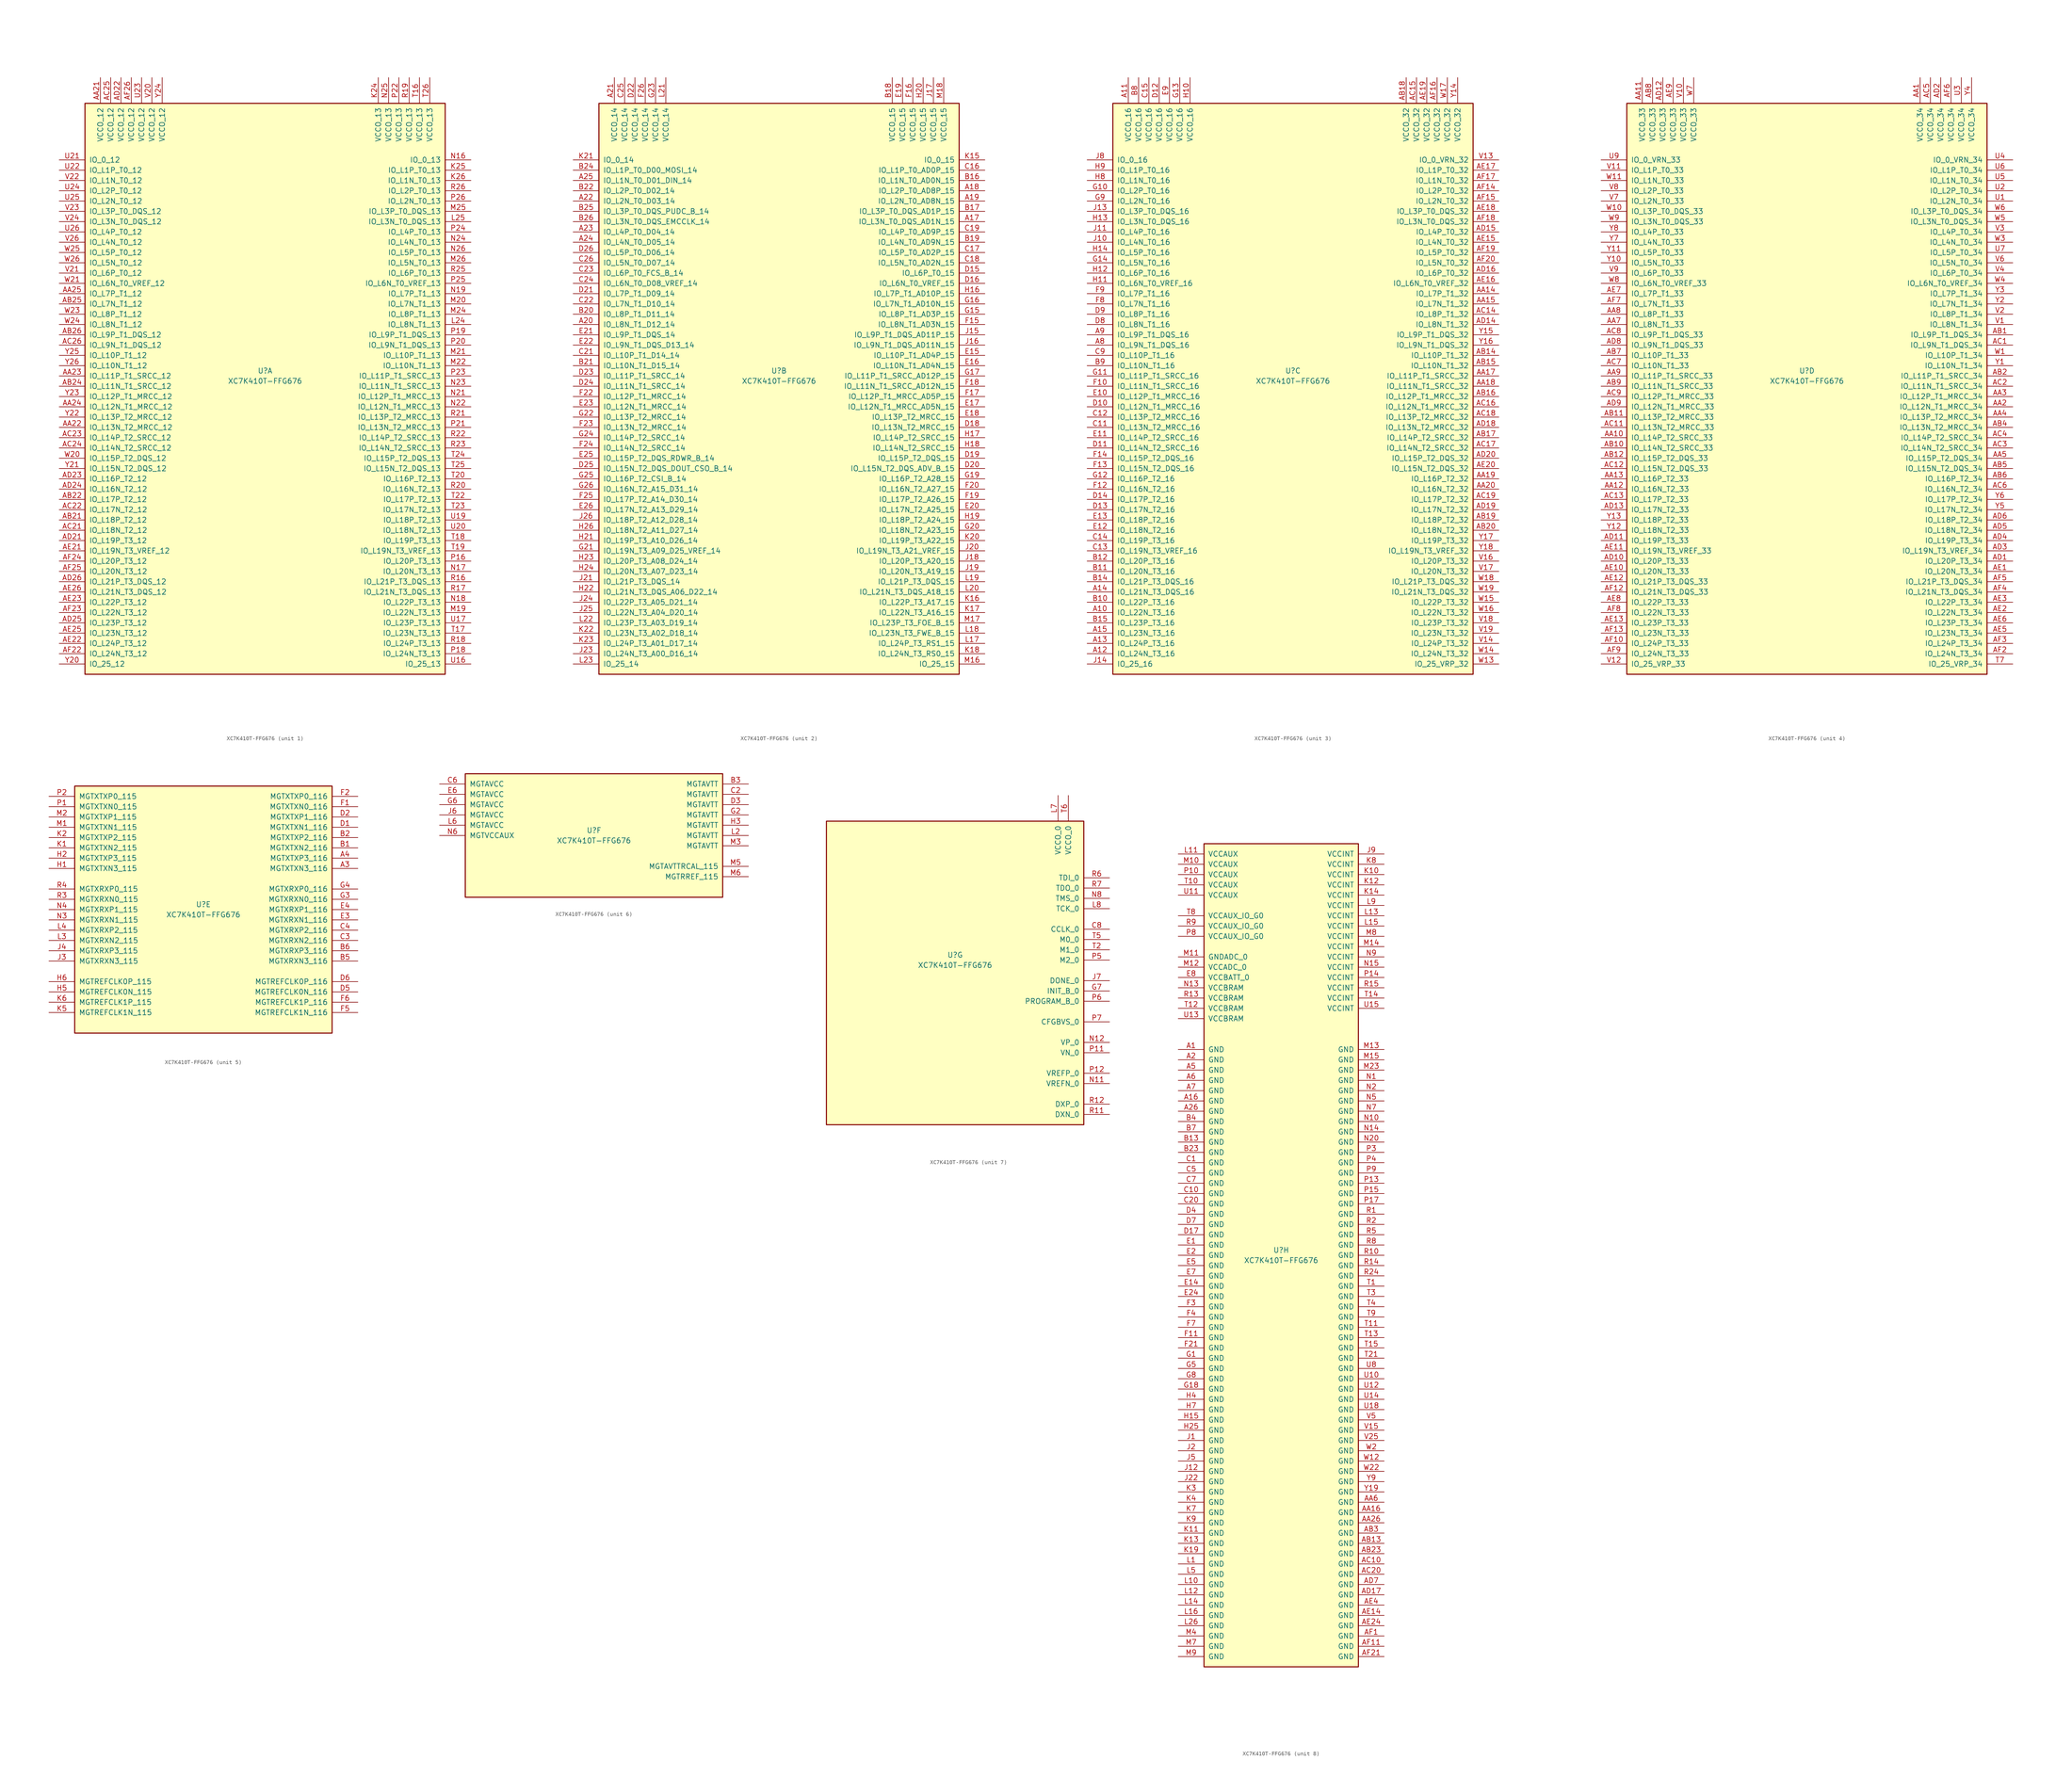
<source format=kicad_sym>
(kicad_symbol_lib
  (version 20201005)
  (generator kicad_symbol_editor)
  (symbol "FPGA_Xilinx_Kintex7:XC7K410T-FFG676"
    (pin_names
      (offset 1.016))
    (property "Reference" "U"
      (at 0 1.27 0)
      (effects (font (size 1.27 1.27))))
    (property "Value" "XC7K410T-FFG676"
      (at 0 -1.27 0)
      (effects (font (size 1.27 1.27))))
    (property "Datasheet" ""
      (at 0 0 0)
      (effects (font (size 1.27 1.27))))
    (property "ki_locked" ""
      (at 0 0 0)
      (effects (font (size 1.27 1.27))))
    (symbol "XC7K410T-FFG676_1_1"
      (rectangle (start -44.45 67.31) (end 44.45 -73.66) (stroke (width 0.254)) (fill (type background)))
      (pin power_in line (at -40.64 73.66 270) (length 6.35) (name "VCCO_12" (effects (font (size 1.27 1.27)))) (number "AA21" (effects (font (size 1.27 1.27)))))
      (pin power_in line (at -38.1 73.66 270) (length 6.35) (name "VCCO_12" (effects (font (size 1.27 1.27)))) (number "AC25" (effects (font (size 1.27 1.27)))))
      (pin power_in line (at -35.56 73.66 270) (length 6.35) (name "VCCO_12" (effects (font (size 1.27 1.27)))) (number "AD22" (effects (font (size 1.27 1.27)))))
      (pin power_in line (at -33.02 73.66 270) (length 6.35) (name "VCCO_12" (effects (font (size 1.27 1.27)))) (number "AF26" (effects (font (size 1.27 1.27)))))
      (pin power_in line (at -30.48 73.66 270) (length 6.35) (name "VCCO_12" (effects (font (size 1.27 1.27)))) (number "U23" (effects (font (size 1.27 1.27)))))
      (pin power_in line (at -27.94 73.66 270) (length 6.35) (name "VCCO_12" (effects (font (size 1.27 1.27)))) (number "V20" (effects (font (size 1.27 1.27)))))
      (pin power_in line (at -25.4 73.66 270) (length 6.35) (name "VCCO_12" (effects (font (size 1.27 1.27)))) (number "Y24" (effects (font (size 1.27 1.27)))))
      (pin bidirectional line (at -50.8 53.34 0) (length 6.35) (name "IO_0_12" (effects (font (size 1.27 1.27)))) (number "U21" (effects (font (size 1.27 1.27)))))
      (pin bidirectional line (at -50.8 50.8 0) (length 6.35) (name "IO_L1P_T0_12" (effects (font (size 1.27 1.27)))) (number "U22" (effects (font (size 1.27 1.27)))))
      (pin bidirectional line (at -50.8 48.26 0) (length 6.35) (name "IO_L1N_T0_12" (effects (font (size 1.27 1.27)))) (number "V22" (effects (font (size 1.27 1.27)))))
      (pin bidirectional line (at -50.8 45.72 0) (length 6.35) (name "IO_L2P_T0_12" (effects (font (size 1.27 1.27)))) (number "U24" (effects (font (size 1.27 1.27)))))
      (pin bidirectional line (at -50.8 43.18 0) (length 6.35) (name "IO_L2N_T0_12" (effects (font (size 1.27 1.27)))) (number "U25" (effects (font (size 1.27 1.27)))))
      (pin bidirectional line (at -50.8 40.64 0) (length 6.35) (name "IO_L3P_T0_DQS_12" (effects (font (size 1.27 1.27)))) (number "V23" (effects (font (size 1.27 1.27)))))
      (pin bidirectional line (at -50.8 38.1 0) (length 6.35) (name "IO_L3N_T0_DQS_12" (effects (font (size 1.27 1.27)))) (number "V24" (effects (font (size 1.27 1.27)))))
      (pin bidirectional line (at -50.8 35.56 0) (length 6.35) (name "IO_L4P_T0_12" (effects (font (size 1.27 1.27)))) (number "U26" (effects (font (size 1.27 1.27)))))
      (pin bidirectional line (at -50.8 33.02 0) (length 6.35) (name "IO_L4N_T0_12" (effects (font (size 1.27 1.27)))) (number "V26" (effects (font (size 1.27 1.27)))))
      (pin bidirectional line (at -50.8 30.48 0) (length 6.35) (name "IO_L5P_T0_12" (effects (font (size 1.27 1.27)))) (number "W25" (effects (font (size 1.27 1.27)))))
      (pin bidirectional line (at -50.8 27.94 0) (length 6.35) (name "IO_L5N_T0_12" (effects (font (size 1.27 1.27)))) (number "W26" (effects (font (size 1.27 1.27)))))
      (pin bidirectional line (at -50.8 25.4 0) (length 6.35) (name "IO_L6P_T0_12" (effects (font (size 1.27 1.27)))) (number "V21" (effects (font (size 1.27 1.27)))))
      (pin bidirectional line (at -50.8 22.86 0) (length 6.35) (name "IO_L6N_T0_VREF_12" (effects (font (size 1.27 1.27)))) (number "W21" (effects (font (size 1.27 1.27)))))
      (pin bidirectional line (at -50.8 20.32 0) (length 6.35) (name "IO_L7P_T1_12" (effects (font (size 1.27 1.27)))) (number "AA25" (effects (font (size 1.27 1.27)))))
      (pin bidirectional line (at -50.8 17.78 0) (length 6.35) (name "IO_L7N_T1_12" (effects (font (size 1.27 1.27)))) (number "AB25" (effects (font (size 1.27 1.27)))))
      (pin bidirectional line (at -50.8 15.24 0) (length 6.35) (name "IO_L8P_T1_12" (effects (font (size 1.27 1.27)))) (number "W23" (effects (font (size 1.27 1.27)))))
      (pin bidirectional line (at -50.8 12.7 0) (length 6.35) (name "IO_L8N_T1_12" (effects (font (size 1.27 1.27)))) (number "W24" (effects (font (size 1.27 1.27)))))
      (pin bidirectional line (at -50.8 10.16 0) (length 6.35) (name "IO_L9P_T1_DQS_12" (effects (font (size 1.27 1.27)))) (number "AB26" (effects (font (size 1.27 1.27)))))
      (pin bidirectional line (at -50.8 7.62 0) (length 6.35) (name "IO_L9N_T1_DQS_12" (effects (font (size 1.27 1.27)))) (number "AC26" (effects (font (size 1.27 1.27)))))
      (pin bidirectional line (at -50.8 5.08 0) (length 6.35) (name "IO_L10P_T1_12" (effects (font (size 1.27 1.27)))) (number "Y25" (effects (font (size 1.27 1.27)))))
      (pin bidirectional line (at -50.8 2.54 0) (length 6.35) (name "IO_L10N_T1_12" (effects (font (size 1.27 1.27)))) (number "Y26" (effects (font (size 1.27 1.27)))))
      (pin bidirectional line (at -50.8 0 0) (length 6.35) (name "IO_L11P_T1_SRCC_12" (effects (font (size 1.27 1.27)))) (number "AA23" (effects (font (size 1.27 1.27)))))
      (pin bidirectional line (at -50.8 -2.54 0) (length 6.35) (name "IO_L11N_T1_SRCC_12" (effects (font (size 1.27 1.27)))) (number "AB24" (effects (font (size 1.27 1.27)))))
      (pin bidirectional line (at -50.8 -5.08 0) (length 6.35) (name "IO_L12P_T1_MRCC_12" (effects (font (size 1.27 1.27)))) (number "Y23" (effects (font (size 1.27 1.27)))))
      (pin bidirectional line (at -50.8 -7.62 0) (length 6.35) (name "IO_L12N_T1_MRCC_12" (effects (font (size 1.27 1.27)))) (number "AA24" (effects (font (size 1.27 1.27)))))
      (pin bidirectional line (at -50.8 -10.16 0) (length 6.35) (name "IO_L13P_T2_MRCC_12" (effects (font (size 1.27 1.27)))) (number "Y22" (effects (font (size 1.27 1.27)))))
      (pin bidirectional line (at -50.8 -12.7 0) (length 6.35) (name "IO_L13N_T2_MRCC_12" (effects (font (size 1.27 1.27)))) (number "AA22" (effects (font (size 1.27 1.27)))))
      (pin bidirectional line (at -50.8 -15.24 0) (length 6.35) (name "IO_L14P_T2_SRCC_12" (effects (font (size 1.27 1.27)))) (number "AC23" (effects (font (size 1.27 1.27)))))
      (pin bidirectional line (at -50.8 -17.78 0) (length 6.35) (name "IO_L14N_T2_SRCC_12" (effects (font (size 1.27 1.27)))) (number "AC24" (effects (font (size 1.27 1.27)))))
      (pin bidirectional line (at -50.8 -20.32 0) (length 6.35) (name "IO_L15P_T2_DQS_12" (effects (font (size 1.27 1.27)))) (number "W20" (effects (font (size 1.27 1.27)))))
      (pin bidirectional line (at -50.8 -22.86 0) (length 6.35) (name "IO_L15N_T2_DQS_12" (effects (font (size 1.27 1.27)))) (number "Y21" (effects (font (size 1.27 1.27)))))
      (pin bidirectional line (at -50.8 -25.4 0) (length 6.35) (name "IO_L16P_T2_12" (effects (font (size 1.27 1.27)))) (number "AD23" (effects (font (size 1.27 1.27)))))
      (pin bidirectional line (at -50.8 -27.94 0) (length 6.35) (name "IO_L16N_T2_12" (effects (font (size 1.27 1.27)))) (number "AD24" (effects (font (size 1.27 1.27)))))
      (pin bidirectional line (at -50.8 -30.48 0) (length 6.35) (name "IO_L17P_T2_12" (effects (font (size 1.27 1.27)))) (number "AB22" (effects (font (size 1.27 1.27)))))
      (pin bidirectional line (at -50.8 -33.02 0) (length 6.35) (name "IO_L17N_T2_12" (effects (font (size 1.27 1.27)))) (number "AC22" (effects (font (size 1.27 1.27)))))
      (pin bidirectional line (at -50.8 -35.56 0) (length 6.35) (name "IO_L18P_T2_12" (effects (font (size 1.27 1.27)))) (number "AB21" (effects (font (size 1.27 1.27)))))
      (pin bidirectional line (at -50.8 -38.1 0) (length 6.35) (name "IO_L18N_T2_12" (effects (font (size 1.27 1.27)))) (number "AC21" (effects (font (size 1.27 1.27)))))
      (pin bidirectional line (at -50.8 -40.64 0) (length 6.35) (name "IO_L19P_T3_12" (effects (font (size 1.27 1.27)))) (number "AD21" (effects (font (size 1.27 1.27)))))
      (pin bidirectional line (at -50.8 -43.18 0) (length 6.35) (name "IO_L19N_T3_VREF_12" (effects (font (size 1.27 1.27)))) (number "AE21" (effects (font (size 1.27 1.27)))))
      (pin bidirectional line (at -50.8 -45.72 0) (length 6.35) (name "IO_L20P_T3_12" (effects (font (size 1.27 1.27)))) (number "AF24" (effects (font (size 1.27 1.27)))))
      (pin bidirectional line (at -50.8 -48.26 0) (length 6.35) (name "IO_L20N_T3_12" (effects (font (size 1.27 1.27)))) (number "AF25" (effects (font (size 1.27 1.27)))))
      (pin bidirectional line (at -50.8 -50.8 0) (length 6.35) (name "IO_L21P_T3_DQS_12" (effects (font (size 1.27 1.27)))) (number "AD26" (effects (font (size 1.27 1.27)))))
      (pin bidirectional line (at -50.8 -53.34 0) (length 6.35) (name "IO_L21N_T3_DQS_12" (effects (font (size 1.27 1.27)))) (number "AE26" (effects (font (size 1.27 1.27)))))
      (pin bidirectional line (at -50.8 -55.88 0) (length 6.35) (name "IO_L22P_T3_12" (effects (font (size 1.27 1.27)))) (number "AE23" (effects (font (size 1.27 1.27)))))
      (pin bidirectional line (at -50.8 -58.42 0) (length 6.35) (name "IO_L22N_T3_12" (effects (font (size 1.27 1.27)))) (number "AF23" (effects (font (size 1.27 1.27)))))
      (pin bidirectional line (at -50.8 -60.96 0) (length 6.35) (name "IO_L23P_T3_12" (effects (font (size 1.27 1.27)))) (number "AD25" (effects (font (size 1.27 1.27)))))
      (pin bidirectional line (at -50.8 -63.5 0) (length 6.35) (name "IO_L23N_T3_12" (effects (font (size 1.27 1.27)))) (number "AE25" (effects (font (size 1.27 1.27)))))
      (pin bidirectional line (at -50.8 -66.04 0) (length 6.35) (name "IO_L24P_T3_12" (effects (font (size 1.27 1.27)))) (number "AE22" (effects (font (size 1.27 1.27)))))
      (pin bidirectional line (at -50.8 -68.58 0) (length 6.35) (name "IO_L24N_T3_12" (effects (font (size 1.27 1.27)))) (number "AF22" (effects (font (size 1.27 1.27)))))
      (pin bidirectional line (at -50.8 -71.12 0) (length 6.35) (name "IO_25_12" (effects (font (size 1.27 1.27)))) (number "Y20" (effects (font (size 1.27 1.27)))))
      (pin power_in line (at 27.94 73.66 270) (length 6.35) (name "VCCO_13" (effects (font (size 1.27 1.27)))) (number "K24" (effects (font (size 1.27 1.27)))))
      (pin power_in line (at 30.48 73.66 270) (length 6.35) (name "VCCO_13" (effects (font (size 1.27 1.27)))) (number "N25" (effects (font (size 1.27 1.27)))))
      (pin power_in line (at 33.02 73.66 270) (length 6.35) (name "VCCO_13" (effects (font (size 1.27 1.27)))) (number "P22" (effects (font (size 1.27 1.27)))))
      (pin power_in line (at 35.56 73.66 270) (length 6.35) (name "VCCO_13" (effects (font (size 1.27 1.27)))) (number "R19" (effects (font (size 1.27 1.27)))))
      (pin power_in line (at 38.1 73.66 270) (length 6.35) (name "VCCO_13" (effects (font (size 1.27 1.27)))) (number "T16" (effects (font (size 1.27 1.27)))))
      (pin power_in line (at 40.64 73.66 270) (length 6.35) (name "VCCO_13" (effects (font (size 1.27 1.27)))) (number "T26" (effects (font (size 1.27 1.27)))))
      (pin bidirectional line (at 50.8 53.34 180) (length 6.35) (name "IO_0_13" (effects (font (size 1.27 1.27)))) (number "N16" (effects (font (size 1.27 1.27)))))
      (pin bidirectional line (at 50.8 50.8 180) (length 6.35) (name "IO_L1P_T0_13" (effects (font (size 1.27 1.27)))) (number "K25" (effects (font (size 1.27 1.27)))))
      (pin bidirectional line (at 50.8 48.26 180) (length 6.35) (name "IO_L1N_T0_13" (effects (font (size 1.27 1.27)))) (number "K26" (effects (font (size 1.27 1.27)))))
      (pin bidirectional line (at 50.8 45.72 180) (length 6.35) (name "IO_L2P_T0_13" (effects (font (size 1.27 1.27)))) (number "R26" (effects (font (size 1.27 1.27)))))
      (pin bidirectional line (at 50.8 43.18 180) (length 6.35) (name "IO_L2N_T0_13" (effects (font (size 1.27 1.27)))) (number "P26" (effects (font (size 1.27 1.27)))))
      (pin bidirectional line (at 50.8 40.64 180) (length 6.35) (name "IO_L3P_T0_DQS_13" (effects (font (size 1.27 1.27)))) (number "M25" (effects (font (size 1.27 1.27)))))
      (pin bidirectional line (at 50.8 38.1 180) (length 6.35) (name "IO_L3N_T0_DQS_13" (effects (font (size 1.27 1.27)))) (number "L25" (effects (font (size 1.27 1.27)))))
      (pin bidirectional line (at 50.8 35.56 180) (length 6.35) (name "IO_L4P_T0_13" (effects (font (size 1.27 1.27)))) (number "P24" (effects (font (size 1.27 1.27)))))
      (pin bidirectional line (at 50.8 33.02 180) (length 6.35) (name "IO_L4N_T0_13" (effects (font (size 1.27 1.27)))) (number "N24" (effects (font (size 1.27 1.27)))))
      (pin bidirectional line (at 50.8 30.48 180) (length 6.35) (name "IO_L5P_T0_13" (effects (font (size 1.27 1.27)))) (number "N26" (effects (font (size 1.27 1.27)))))
      (pin bidirectional line (at 50.8 27.94 180) (length 6.35) (name "IO_L5N_T0_13" (effects (font (size 1.27 1.27)))) (number "M26" (effects (font (size 1.27 1.27)))))
      (pin bidirectional line (at 50.8 25.4 180) (length 6.35) (name "IO_L6P_T0_13" (effects (font (size 1.27 1.27)))) (number "R25" (effects (font (size 1.27 1.27)))))
      (pin bidirectional line (at 50.8 22.86 180) (length 6.35) (name "IO_L6N_T0_VREF_13" (effects (font (size 1.27 1.27)))) (number "P25" (effects (font (size 1.27 1.27)))))
      (pin bidirectional line (at 50.8 20.32 180) (length 6.35) (name "IO_L7P_T1_13" (effects (font (size 1.27 1.27)))) (number "N19" (effects (font (size 1.27 1.27)))))
      (pin bidirectional line (at 50.8 17.78 180) (length 6.35) (name "IO_L7N_T1_13" (effects (font (size 1.27 1.27)))) (number "M20" (effects (font (size 1.27 1.27)))))
      (pin bidirectional line (at 50.8 15.24 180) (length 6.35) (name "IO_L8P_T1_13" (effects (font (size 1.27 1.27)))) (number "M24" (effects (font (size 1.27 1.27)))))
      (pin bidirectional line (at 50.8 12.7 180) (length 6.35) (name "IO_L8N_T1_13" (effects (font (size 1.27 1.27)))) (number "L24" (effects (font (size 1.27 1.27)))))
      (pin bidirectional line (at 50.8 10.16 180) (length 6.35) (name "IO_L9P_T1_DQS_13" (effects (font (size 1.27 1.27)))) (number "P19" (effects (font (size 1.27 1.27)))))
      (pin bidirectional line (at 50.8 7.62 180) (length 6.35) (name "IO_L9N_T1_DQS_13" (effects (font (size 1.27 1.27)))) (number "P20" (effects (font (size 1.27 1.27)))))
      (pin bidirectional line (at 50.8 5.08 180) (length 6.35) (name "IO_L10P_T1_13" (effects (font (size 1.27 1.27)))) (number "M21" (effects (font (size 1.27 1.27)))))
      (pin bidirectional line (at 50.8 2.54 180) (length 6.35) (name "IO_L10N_T1_13" (effects (font (size 1.27 1.27)))) (number "M22" (effects (font (size 1.27 1.27)))))
      (pin bidirectional line (at 50.8 0 180) (length 6.35) (name "IO_L11P_T1_SRCC_13" (effects (font (size 1.27 1.27)))) (number "P23" (effects (font (size 1.27 1.27)))))
      (pin bidirectional line (at 50.8 -2.54 180) (length 6.35) (name "IO_L11N_T1_SRCC_13" (effects (font (size 1.27 1.27)))) (number "N23" (effects (font (size 1.27 1.27)))))
      (pin bidirectional line (at 50.8 -5.08 180) (length 6.35) (name "IO_L12P_T1_MRCC_13" (effects (font (size 1.27 1.27)))) (number "N21" (effects (font (size 1.27 1.27)))))
      (pin bidirectional line (at 50.8 -7.62 180) (length 6.35) (name "IO_L12N_T1_MRCC_13" (effects (font (size 1.27 1.27)))) (number "N22" (effects (font (size 1.27 1.27)))))
      (pin bidirectional line (at 50.8 -10.16 180) (length 6.35) (name "IO_L13P_T2_MRCC_13" (effects (font (size 1.27 1.27)))) (number "R21" (effects (font (size 1.27 1.27)))))
      (pin bidirectional line (at 50.8 -12.7 180) (length 6.35) (name "IO_L13N_T2_MRCC_13" (effects (font (size 1.27 1.27)))) (number "P21" (effects (font (size 1.27 1.27)))))
      (pin bidirectional line (at 50.8 -15.24 180) (length 6.35) (name "IO_L14P_T2_SRCC_13" (effects (font (size 1.27 1.27)))) (number "R22" (effects (font (size 1.27 1.27)))))
      (pin bidirectional line (at 50.8 -17.78 180) (length 6.35) (name "IO_L14N_T2_SRCC_13" (effects (font (size 1.27 1.27)))) (number "R23" (effects (font (size 1.27 1.27)))))
      (pin bidirectional line (at 50.8 -20.32 180) (length 6.35) (name "IO_L15P_T2_DQS_13" (effects (font (size 1.27 1.27)))) (number "T24" (effects (font (size 1.27 1.27)))))
      (pin bidirectional line (at 50.8 -22.86 180) (length 6.35) (name "IO_L15N_T2_DQS_13" (effects (font (size 1.27 1.27)))) (number "T25" (effects (font (size 1.27 1.27)))))
      (pin bidirectional line (at 50.8 -25.4 180) (length 6.35) (name "IO_L16P_T2_13" (effects (font (size 1.27 1.27)))) (number "T20" (effects (font (size 1.27 1.27)))))
      (pin bidirectional line (at 50.8 -27.94 180) (length 6.35) (name "IO_L16N_T2_13" (effects (font (size 1.27 1.27)))) (number "R20" (effects (font (size 1.27 1.27)))))
      (pin bidirectional line (at 50.8 -30.48 180) (length 6.35) (name "IO_L17P_T2_13" (effects (font (size 1.27 1.27)))) (number "T22" (effects (font (size 1.27 1.27)))))
      (pin bidirectional line (at 50.8 -33.02 180) (length 6.35) (name "IO_L17N_T2_13" (effects (font (size 1.27 1.27)))) (number "T23" (effects (font (size 1.27 1.27)))))
      (pin bidirectional line (at 50.8 -35.56 180) (length 6.35) (name "IO_L18P_T2_13" (effects (font (size 1.27 1.27)))) (number "U19" (effects (font (size 1.27 1.27)))))
      (pin bidirectional line (at 50.8 -38.1 180) (length 6.35) (name "IO_L18N_T2_13" (effects (font (size 1.27 1.27)))) (number "U20" (effects (font (size 1.27 1.27)))))
      (pin bidirectional line (at 50.8 -40.64 180) (length 6.35) (name "IO_L19P_T3_13" (effects (font (size 1.27 1.27)))) (number "T18" (effects (font (size 1.27 1.27)))))
      (pin bidirectional line (at 50.8 -43.18 180) (length 6.35) (name "IO_L19N_T3_VREF_13" (effects (font (size 1.27 1.27)))) (number "T19" (effects (font (size 1.27 1.27)))))
      (pin bidirectional line (at 50.8 -45.72 180) (length 6.35) (name "IO_L20P_T3_13" (effects (font (size 1.27 1.27)))) (number "P16" (effects (font (size 1.27 1.27)))))
      (pin bidirectional line (at 50.8 -48.26 180) (length 6.35) (name "IO_L20N_T3_13" (effects (font (size 1.27 1.27)))) (number "N17" (effects (font (size 1.27 1.27)))))
      (pin bidirectional line (at 50.8 -50.8 180) (length 6.35) (name "IO_L21P_T3_DQS_13" (effects (font (size 1.27 1.27)))) (number "R16" (effects (font (size 1.27 1.27)))))
      (pin bidirectional line (at 50.8 -53.34 180) (length 6.35) (name "IO_L21N_T3_DQS_13" (effects (font (size 1.27 1.27)))) (number "R17" (effects (font (size 1.27 1.27)))))
      (pin bidirectional line (at 50.8 -55.88 180) (length 6.35) (name "IO_L22P_T3_13" (effects (font (size 1.27 1.27)))) (number "N18" (effects (font (size 1.27 1.27)))))
      (pin bidirectional line (at 50.8 -58.42 180) (length 6.35) (name "IO_L22N_T3_13" (effects (font (size 1.27 1.27)))) (number "M19" (effects (font (size 1.27 1.27)))))
      (pin bidirectional line (at 50.8 -60.96 180) (length 6.35) (name "IO_L23P_T3_13" (effects (font (size 1.27 1.27)))) (number "U17" (effects (font (size 1.27 1.27)))))
      (pin bidirectional line (at 50.8 -63.5 180) (length 6.35) (name "IO_L23N_T3_13" (effects (font (size 1.27 1.27)))) (number "T17" (effects (font (size 1.27 1.27)))))
      (pin bidirectional line (at 50.8 -66.04 180) (length 6.35) (name "IO_L24P_T3_13" (effects (font (size 1.27 1.27)))) (number "R18" (effects (font (size 1.27 1.27)))))
      (pin bidirectional line (at 50.8 -68.58 180) (length 6.35) (name "IO_L24N_T3_13" (effects (font (size 1.27 1.27)))) (number "P18" (effects (font (size 1.27 1.27)))))
      (pin bidirectional line (at 50.8 -71.12 180) (length 6.35) (name "IO_25_13" (effects (font (size 1.27 1.27)))) (number "U16" (effects (font (size 1.27 1.27))))))
    (symbol "XC7K410T-FFG676_2_1"
      (rectangle (start -44.45 67.31) (end 44.45 -73.66) (stroke (width 0.254)) (fill (type background)))
      (pin power_in line (at -40.64 73.66 270) (length 6.35) (name "VCCO_14" (effects (font (size 1.27 1.27)))) (number "A21" (effects (font (size 1.27 1.27)))))
      (pin power_in line (at -38.1 73.66 270) (length 6.35) (name "VCCO_14" (effects (font (size 1.27 1.27)))) (number "C25" (effects (font (size 1.27 1.27)))))
      (pin power_in line (at -35.56 73.66 270) (length 6.35) (name "VCCO_14" (effects (font (size 1.27 1.27)))) (number "D22" (effects (font (size 1.27 1.27)))))
      (pin power_in line (at -33.02 73.66 270) (length 6.35) (name "VCCO_14" (effects (font (size 1.27 1.27)))) (number "F26" (effects (font (size 1.27 1.27)))))
      (pin power_in line (at -30.48 73.66 270) (length 6.35) (name "VCCO_14" (effects (font (size 1.27 1.27)))) (number "G23" (effects (font (size 1.27 1.27)))))
      (pin power_in line (at -27.94 73.66 270) (length 6.35) (name "VCCO_14" (effects (font (size 1.27 1.27)))) (number "L21" (effects (font (size 1.27 1.27)))))
      (pin bidirectional line (at -50.8 53.34 0) (length 6.35) (name "IO_0_14" (effects (font (size 1.27 1.27)))) (number "K21" (effects (font (size 1.27 1.27)))))
      (pin bidirectional line (at -50.8 50.8 0) (length 6.35) (name "IO_L1P_T0_D00_MOSI_14" (effects (font (size 1.27 1.27)))) (number "B24" (effects (font (size 1.27 1.27)))))
      (pin bidirectional line (at -50.8 48.26 0) (length 6.35) (name "IO_L1N_T0_D01_DIN_14" (effects (font (size 1.27 1.27)))) (number "A25" (effects (font (size 1.27 1.27)))))
      (pin bidirectional line (at -50.8 45.72 0) (length 6.35) (name "IO_L2P_T0_D02_14" (effects (font (size 1.27 1.27)))) (number "B22" (effects (font (size 1.27 1.27)))))
      (pin bidirectional line (at -50.8 43.18 0) (length 6.35) (name "IO_L2N_T0_D03_14" (effects (font (size 1.27 1.27)))) (number "A22" (effects (font (size 1.27 1.27)))))
      (pin bidirectional line (at -50.8 40.64 0) (length 6.35) (name "IO_L3P_T0_DQS_PUDC_B_14" (effects (font (size 1.27 1.27)))) (number "B25" (effects (font (size 1.27 1.27)))))
      (pin bidirectional line (at -50.8 38.1 0) (length 6.35) (name "IO_L3N_T0_DQS_EMCCLK_14" (effects (font (size 1.27 1.27)))) (number "B26" (effects (font (size 1.27 1.27)))))
      (pin bidirectional line (at -50.8 35.56 0) (length 6.35) (name "IO_L4P_T0_D04_14" (effects (font (size 1.27 1.27)))) (number "A23" (effects (font (size 1.27 1.27)))))
      (pin bidirectional line (at -50.8 33.02 0) (length 6.35) (name "IO_L4N_T0_D05_14" (effects (font (size 1.27 1.27)))) (number "A24" (effects (font (size 1.27 1.27)))))
      (pin bidirectional line (at -50.8 30.48 0) (length 6.35) (name "IO_L5P_T0_D06_14" (effects (font (size 1.27 1.27)))) (number "D26" (effects (font (size 1.27 1.27)))))
      (pin bidirectional line (at -50.8 27.94 0) (length 6.35) (name "IO_L5N_T0_D07_14" (effects (font (size 1.27 1.27)))) (number "C26" (effects (font (size 1.27 1.27)))))
      (pin bidirectional line (at -50.8 25.4 0) (length 6.35) (name "IO_L6P_T0_FCS_B_14" (effects (font (size 1.27 1.27)))) (number "C23" (effects (font (size 1.27 1.27)))))
      (pin bidirectional line (at -50.8 22.86 0) (length 6.35) (name "IO_L6N_T0_D08_VREF_14" (effects (font (size 1.27 1.27)))) (number "C24" (effects (font (size 1.27 1.27)))))
      (pin bidirectional line (at -50.8 20.32 0) (length 6.35) (name "IO_L7P_T1_D09_14" (effects (font (size 1.27 1.27)))) (number "D21" (effects (font (size 1.27 1.27)))))
      (pin bidirectional line (at -50.8 17.78 0) (length 6.35) (name "IO_L7N_T1_D10_14" (effects (font (size 1.27 1.27)))) (number "C22" (effects (font (size 1.27 1.27)))))
      (pin bidirectional line (at -50.8 15.24 0) (length 6.35) (name "IO_L8P_T1_D11_14" (effects (font (size 1.27 1.27)))) (number "B20" (effects (font (size 1.27 1.27)))))
      (pin bidirectional line (at -50.8 12.7 0) (length 6.35) (name "IO_L8N_T1_D12_14" (effects (font (size 1.27 1.27)))) (number "A20" (effects (font (size 1.27 1.27)))))
      (pin bidirectional line (at -50.8 10.16 0) (length 6.35) (name "IO_L9P_T1_DQS_14" (effects (font (size 1.27 1.27)))) (number "E21" (effects (font (size 1.27 1.27)))))
      (pin bidirectional line (at -50.8 7.62 0) (length 6.35) (name "IO_L9N_T1_DQS_D13_14" (effects (font (size 1.27 1.27)))) (number "E22" (effects (font (size 1.27 1.27)))))
      (pin bidirectional line (at -50.8 5.08 0) (length 6.35) (name "IO_L10P_T1_D14_14" (effects (font (size 1.27 1.27)))) (number "C21" (effects (font (size 1.27 1.27)))))
      (pin bidirectional line (at -50.8 2.54 0) (length 6.35) (name "IO_L10N_T1_D15_14" (effects (font (size 1.27 1.27)))) (number "B21" (effects (font (size 1.27 1.27)))))
      (pin bidirectional line (at -50.8 0 0) (length 6.35) (name "IO_L11P_T1_SRCC_14" (effects (font (size 1.27 1.27)))) (number "D23" (effects (font (size 1.27 1.27)))))
      (pin bidirectional line (at -50.8 -2.54 0) (length 6.35) (name "IO_L11N_T1_SRCC_14" (effects (font (size 1.27 1.27)))) (number "D24" (effects (font (size 1.27 1.27)))))
      (pin bidirectional line (at -50.8 -5.08 0) (length 6.35) (name "IO_L12P_T1_MRCC_14" (effects (font (size 1.27 1.27)))) (number "F22" (effects (font (size 1.27 1.27)))))
      (pin bidirectional line (at -50.8 -7.62 0) (length 6.35) (name "IO_L12N_T1_MRCC_14" (effects (font (size 1.27 1.27)))) (number "E23" (effects (font (size 1.27 1.27)))))
      (pin bidirectional line (at -50.8 -10.16 0) (length 6.35) (name "IO_L13P_T2_MRCC_14" (effects (font (size 1.27 1.27)))) (number "G22" (effects (font (size 1.27 1.27)))))
      (pin bidirectional line (at -50.8 -12.7 0) (length 6.35) (name "IO_L13N_T2_MRCC_14" (effects (font (size 1.27 1.27)))) (number "F23" (effects (font (size 1.27 1.27)))))
      (pin bidirectional line (at -50.8 -15.24 0) (length 6.35) (name "IO_L14P_T2_SRCC_14" (effects (font (size 1.27 1.27)))) (number "G24" (effects (font (size 1.27 1.27)))))
      (pin bidirectional line (at -50.8 -17.78 0) (length 6.35) (name "IO_L14N_T2_SRCC_14" (effects (font (size 1.27 1.27)))) (number "F24" (effects (font (size 1.27 1.27)))))
      (pin bidirectional line (at -50.8 -20.32 0) (length 6.35) (name "IO_L15P_T2_DQS_RDWR_B_14" (effects (font (size 1.27 1.27)))) (number "E25" (effects (font (size 1.27 1.27)))))
      (pin bidirectional line (at -50.8 -22.86 0) (length 6.35) (name "IO_L15N_T2_DQS_DOUT_CSO_B_14" (effects (font (size 1.27 1.27)))) (number "D25" (effects (font (size 1.27 1.27)))))
      (pin bidirectional line (at -50.8 -25.4 0) (length 6.35) (name "IO_L16P_T2_CSI_B_14" (effects (font (size 1.27 1.27)))) (number "G25" (effects (font (size 1.27 1.27)))))
      (pin bidirectional line (at -50.8 -27.94 0) (length 6.35) (name "IO_L16N_T2_A15_D31_14" (effects (font (size 1.27 1.27)))) (number "G26" (effects (font (size 1.27 1.27)))))
      (pin bidirectional line (at -50.8 -30.48 0) (length 6.35) (name "IO_L17P_T2_A14_D30_14" (effects (font (size 1.27 1.27)))) (number "F25" (effects (font (size 1.27 1.27)))))
      (pin bidirectional line (at -50.8 -33.02 0) (length 6.35) (name "IO_L17N_T2_A13_D29_14" (effects (font (size 1.27 1.27)))) (number "E26" (effects (font (size 1.27 1.27)))))
      (pin bidirectional line (at -50.8 -35.56 0) (length 6.35) (name "IO_L18P_T2_A12_D28_14" (effects (font (size 1.27 1.27)))) (number "J26" (effects (font (size 1.27 1.27)))))
      (pin bidirectional line (at -50.8 -38.1 0) (length 6.35) (name "IO_L18N_T2_A11_D27_14" (effects (font (size 1.27 1.27)))) (number "H26" (effects (font (size 1.27 1.27)))))
      (pin bidirectional line (at -50.8 -40.64 0) (length 6.35) (name "IO_L19P_T3_A10_D26_14" (effects (font (size 1.27 1.27)))) (number "H21" (effects (font (size 1.27 1.27)))))
      (pin bidirectional line (at -50.8 -43.18 0) (length 6.35) (name "IO_L19N_T3_A09_D25_VREF_14" (effects (font (size 1.27 1.27)))) (number "G21" (effects (font (size 1.27 1.27)))))
      (pin bidirectional line (at -50.8 -45.72 0) (length 6.35) (name "IO_L20P_T3_A08_D24_14" (effects (font (size 1.27 1.27)))) (number "H23" (effects (font (size 1.27 1.27)))))
      (pin bidirectional line (at -50.8 -48.26 0) (length 6.35) (name "IO_L20N_T3_A07_D23_14" (effects (font (size 1.27 1.27)))) (number "H24" (effects (font (size 1.27 1.27)))))
      (pin bidirectional line (at -50.8 -50.8 0) (length 6.35) (name "IO_L21P_T3_DQS_14" (effects (font (size 1.27 1.27)))) (number "J21" (effects (font (size 1.27 1.27)))))
      (pin bidirectional line (at -50.8 -53.34 0) (length 6.35) (name "IO_L21N_T3_DQS_A06_D22_14" (effects (font (size 1.27 1.27)))) (number "H22" (effects (font (size 1.27 1.27)))))
      (pin bidirectional line (at -50.8 -55.88 0) (length 6.35) (name "IO_L22P_T3_A05_D21_14" (effects (font (size 1.27 1.27)))) (number "J24" (effects (font (size 1.27 1.27)))))
      (pin bidirectional line (at -50.8 -58.42 0) (length 6.35) (name "IO_L22N_T3_A04_D20_14" (effects (font (size 1.27 1.27)))) (number "J25" (effects (font (size 1.27 1.27)))))
      (pin bidirectional line (at -50.8 -60.96 0) (length 6.35) (name "IO_L23P_T3_A03_D19_14" (effects (font (size 1.27 1.27)))) (number "L22" (effects (font (size 1.27 1.27)))))
      (pin bidirectional line (at -50.8 -63.5 0) (length 6.35) (name "IO_L23N_T3_A02_D18_14" (effects (font (size 1.27 1.27)))) (number "K22" (effects (font (size 1.27 1.27)))))
      (pin bidirectional line (at -50.8 -66.04 0) (length 6.35) (name "IO_L24P_T3_A01_D17_14" (effects (font (size 1.27 1.27)))) (number "K23" (effects (font (size 1.27 1.27)))))
      (pin bidirectional line (at -50.8 -68.58 0) (length 6.35) (name "IO_L24N_T3_A00_D16_14" (effects (font (size 1.27 1.27)))) (number "J23" (effects (font (size 1.27 1.27)))))
      (pin bidirectional line (at -50.8 -71.12 0) (length 6.35) (name "IO_25_14" (effects (font (size 1.27 1.27)))) (number "L23" (effects (font (size 1.27 1.27)))))
      (pin power_in line (at 27.94 73.66 270) (length 6.35) (name "VCCO_15" (effects (font (size 1.27 1.27)))) (number "B18" (effects (font (size 1.27 1.27)))))
      (pin power_in line (at 30.48 73.66 270) (length 6.35) (name "VCCO_15" (effects (font (size 1.27 1.27)))) (number "E19" (effects (font (size 1.27 1.27)))))
      (pin power_in line (at 33.02 73.66 270) (length 6.35) (name "VCCO_15" (effects (font (size 1.27 1.27)))) (number "F16" (effects (font (size 1.27 1.27)))))
      (pin power_in line (at 35.56 73.66 270) (length 6.35) (name "VCCO_15" (effects (font (size 1.27 1.27)))) (number "H20" (effects (font (size 1.27 1.27)))))
      (pin power_in line (at 38.1 73.66 270) (length 6.35) (name "VCCO_15" (effects (font (size 1.27 1.27)))) (number "J17" (effects (font (size 1.27 1.27)))))
      (pin power_in line (at 40.64 73.66 270) (length 6.35) (name "VCCO_15" (effects (font (size 1.27 1.27)))) (number "M18" (effects (font (size 1.27 1.27)))))
      (pin bidirectional line (at 50.8 53.34 180) (length 6.35) (name "IO_0_15" (effects (font (size 1.27 1.27)))) (number "K15" (effects (font (size 1.27 1.27)))))
      (pin bidirectional line (at 50.8 50.8 180) (length 6.35) (name "IO_L1P_T0_AD0P_15" (effects (font (size 1.27 1.27)))) (number "C16" (effects (font (size 1.27 1.27)))))
      (pin bidirectional line (at 50.8 48.26 180) (length 6.35) (name "IO_L1N_T0_AD0N_15" (effects (font (size 1.27 1.27)))) (number "B16" (effects (font (size 1.27 1.27)))))
      (pin bidirectional line (at 50.8 45.72 180) (length 6.35) (name "IO_L2P_T0_AD8P_15" (effects (font (size 1.27 1.27)))) (number "A18" (effects (font (size 1.27 1.27)))))
      (pin bidirectional line (at 50.8 43.18 180) (length 6.35) (name "IO_L2N_T0_AD8N_15" (effects (font (size 1.27 1.27)))) (number "A19" (effects (font (size 1.27 1.27)))))
      (pin bidirectional line (at 50.8 40.64 180) (length 6.35) (name "IO_L3P_T0_DQS_AD1P_15" (effects (font (size 1.27 1.27)))) (number "B17" (effects (font (size 1.27 1.27)))))
      (pin bidirectional line (at 50.8 38.1 180) (length 6.35) (name "IO_L3N_T0_DQS_AD1N_15" (effects (font (size 1.27 1.27)))) (number "A17" (effects (font (size 1.27 1.27)))))
      (pin bidirectional line (at 50.8 35.56 180) (length 6.35) (name "IO_L4P_T0_AD9P_15" (effects (font (size 1.27 1.27)))) (number "C19" (effects (font (size 1.27 1.27)))))
      (pin bidirectional line (at 50.8 33.02 180) (length 6.35) (name "IO_L4N_T0_AD9N_15" (effects (font (size 1.27 1.27)))) (number "B19" (effects (font (size 1.27 1.27)))))
      (pin bidirectional line (at 50.8 30.48 180) (length 6.35) (name "IO_L5P_T0_AD2P_15" (effects (font (size 1.27 1.27)))) (number "C17" (effects (font (size 1.27 1.27)))))
      (pin bidirectional line (at 50.8 27.94 180) (length 6.35) (name "IO_L5N_T0_AD2N_15" (effects (font (size 1.27 1.27)))) (number "C18" (effects (font (size 1.27 1.27)))))
      (pin bidirectional line (at 50.8 25.4 180) (length 6.35) (name "IO_L6P_T0_15" (effects (font (size 1.27 1.27)))) (number "D15" (effects (font (size 1.27 1.27)))))
      (pin bidirectional line (at 50.8 22.86 180) (length 6.35) (name "IO_L6N_T0_VREF_15" (effects (font (size 1.27 1.27)))) (number "D16" (effects (font (size 1.27 1.27)))))
      (pin bidirectional line (at 50.8 20.32 180) (length 6.35) (name "IO_L7P_T1_AD10P_15" (effects (font (size 1.27 1.27)))) (number "H16" (effects (font (size 1.27 1.27)))))
      (pin bidirectional line (at 50.8 17.78 180) (length 6.35) (name "IO_L7N_T1_AD10N_15" (effects (font (size 1.27 1.27)))) (number "G16" (effects (font (size 1.27 1.27)))))
      (pin bidirectional line (at 50.8 15.24 180) (length 6.35) (name "IO_L8P_T1_AD3P_15" (effects (font (size 1.27 1.27)))) (number "G15" (effects (font (size 1.27 1.27)))))
      (pin bidirectional line (at 50.8 12.7 180) (length 6.35) (name "IO_L8N_T1_AD3N_15" (effects (font (size 1.27 1.27)))) (number "F15" (effects (font (size 1.27 1.27)))))
      (pin bidirectional line (at 50.8 10.16 180) (length 6.35) (name "IO_L9P_T1_DQS_AD11P_15" (effects (font (size 1.27 1.27)))) (number "J15" (effects (font (size 1.27 1.27)))))
      (pin bidirectional line (at 50.8 7.62 180) (length 6.35) (name "IO_L9N_T1_DQS_AD11N_15" (effects (font (size 1.27 1.27)))) (number "J16" (effects (font (size 1.27 1.27)))))
      (pin bidirectional line (at 50.8 5.08 180) (length 6.35) (name "IO_L10P_T1_AD4P_15" (effects (font (size 1.27 1.27)))) (number "E15" (effects (font (size 1.27 1.27)))))
      (pin bidirectional line (at 50.8 2.54 180) (length 6.35) (name "IO_L10N_T1_AD4N_15" (effects (font (size 1.27 1.27)))) (number "E16" (effects (font (size 1.27 1.27)))))
      (pin bidirectional line (at 50.8 0 180) (length 6.35) (name "IO_L11P_T1_SRCC_AD12P_15" (effects (font (size 1.27 1.27)))) (number "G17" (effects (font (size 1.27 1.27)))))
      (pin bidirectional line (at 50.8 -2.54 180) (length 6.35) (name "IO_L11N_T1_SRCC_AD12N_15" (effects (font (size 1.27 1.27)))) (number "F18" (effects (font (size 1.27 1.27)))))
      (pin bidirectional line (at 50.8 -5.08 180) (length 6.35) (name "IO_L12P_T1_MRCC_AD5P_15" (effects (font (size 1.27 1.27)))) (number "F17" (effects (font (size 1.27 1.27)))))
      (pin bidirectional line (at 50.8 -7.62 180) (length 6.35) (name "IO_L12N_T1_MRCC_AD5N_15" (effects (font (size 1.27 1.27)))) (number "E17" (effects (font (size 1.27 1.27)))))
      (pin bidirectional line (at 50.8 -10.16 180) (length 6.35) (name "IO_L13P_T2_MRCC_15" (effects (font (size 1.27 1.27)))) (number "E18" (effects (font (size 1.27 1.27)))))
      (pin bidirectional line (at 50.8 -12.7 180) (length 6.35) (name "IO_L13N_T2_MRCC_15" (effects (font (size 1.27 1.27)))) (number "D18" (effects (font (size 1.27 1.27)))))
      (pin bidirectional line (at 50.8 -15.24 180) (length 6.35) (name "IO_L14P_T2_SRCC_15" (effects (font (size 1.27 1.27)))) (number "H17" (effects (font (size 1.27 1.27)))))
      (pin bidirectional line (at 50.8 -17.78 180) (length 6.35) (name "IO_L14N_T2_SRCC_15" (effects (font (size 1.27 1.27)))) (number "H18" (effects (font (size 1.27 1.27)))))
      (pin bidirectional line (at 50.8 -20.32 180) (length 6.35) (name "IO_L15P_T2_DQS_15" (effects (font (size 1.27 1.27)))) (number "D19" (effects (font (size 1.27 1.27)))))
      (pin bidirectional line (at 50.8 -22.86 180) (length 6.35) (name "IO_L15N_T2_DQS_ADV_B_15" (effects (font (size 1.27 1.27)))) (number "D20" (effects (font (size 1.27 1.27)))))
      (pin bidirectional line (at 50.8 -25.4 180) (length 6.35) (name "IO_L16P_T2_A28_15" (effects (font (size 1.27 1.27)))) (number "G19" (effects (font (size 1.27 1.27)))))
      (pin bidirectional line (at 50.8 -27.94 180) (length 6.35) (name "IO_L16N_T2_A27_15" (effects (font (size 1.27 1.27)))) (number "F20" (effects (font (size 1.27 1.27)))))
      (pin bidirectional line (at 50.8 -30.48 180) (length 6.35) (name "IO_L17P_T2_A26_15" (effects (font (size 1.27 1.27)))) (number "F19" (effects (font (size 1.27 1.27)))))
      (pin bidirectional line (at 50.8 -33.02 180) (length 6.35) (name "IO_L17N_T2_A25_15" (effects (font (size 1.27 1.27)))) (number "E20" (effects (font (size 1.27 1.27)))))
      (pin bidirectional line (at 50.8 -35.56 180) (length 6.35) (name "IO_L18P_T2_A24_15" (effects (font (size 1.27 1.27)))) (number "H19" (effects (font (size 1.27 1.27)))))
      (pin bidirectional line (at 50.8 -38.1 180) (length 6.35) (name "IO_L18N_T2_A23_15" (effects (font (size 1.27 1.27)))) (number "G20" (effects (font (size 1.27 1.27)))))
      (pin bidirectional line (at 50.8 -40.64 180) (length 6.35) (name "IO_L19P_T3_A22_15" (effects (font (size 1.27 1.27)))) (number "K20" (effects (font (size 1.27 1.27)))))
      (pin bidirectional line (at 50.8 -43.18 180) (length 6.35) (name "IO_L19N_T3_A21_VREF_15" (effects (font (size 1.27 1.27)))) (number "J20" (effects (font (size 1.27 1.27)))))
      (pin bidirectional line (at 50.8 -45.72 180) (length 6.35) (name "IO_L20P_T3_A20_15" (effects (font (size 1.27 1.27)))) (number "J18" (effects (font (size 1.27 1.27)))))
      (pin bidirectional line (at 50.8 -48.26 180) (length 6.35) (name "IO_L20N_T3_A19_15" (effects (font (size 1.27 1.27)))) (number "J19" (effects (font (size 1.27 1.27)))))
      (pin bidirectional line (at 50.8 -50.8 180) (length 6.35) (name "IO_L21P_T3_DQS_15" (effects (font (size 1.27 1.27)))) (number "L19" (effects (font (size 1.27 1.27)))))
      (pin bidirectional line (at 50.8 -53.34 180) (length 6.35) (name "IO_L21N_T3_DQS_A18_15" (effects (font (size 1.27 1.27)))) (number "L20" (effects (font (size 1.27 1.27)))))
      (pin bidirectional line (at 50.8 -55.88 180) (length 6.35) (name "IO_L22P_T3_A17_15" (effects (font (size 1.27 1.27)))) (number "K16" (effects (font (size 1.27 1.27)))))
      (pin bidirectional line (at 50.8 -58.42 180) (length 6.35) (name "IO_L22N_T3_A16_15" (effects (font (size 1.27 1.27)))) (number "K17" (effects (font (size 1.27 1.27)))))
      (pin bidirectional line (at 50.8 -60.96 180) (length 6.35) (name "IO_L23P_T3_FOE_B_15" (effects (font (size 1.27 1.27)))) (number "M17" (effects (font (size 1.27 1.27)))))
      (pin bidirectional line (at 50.8 -63.5 180) (length 6.35) (name "IO_L23N_T3_FWE_B_15" (effects (font (size 1.27 1.27)))) (number "L18" (effects (font (size 1.27 1.27)))))
      (pin bidirectional line (at 50.8 -66.04 180) (length 6.35) (name "IO_L24P_T3_RS1_15" (effects (font (size 1.27 1.27)))) (number "L17" (effects (font (size 1.27 1.27)))))
      (pin bidirectional line (at 50.8 -68.58 180) (length 6.35) (name "IO_L24N_T3_RS0_15" (effects (font (size 1.27 1.27)))) (number "K18" (effects (font (size 1.27 1.27)))))
      (pin bidirectional line (at 50.8 -71.12 180) (length 6.35) (name "IO_25_15" (effects (font (size 1.27 1.27)))) (number "M16" (effects (font (size 1.27 1.27))))))
    (symbol "XC7K410T-FFG676_3_1"
      (rectangle (start -44.45 67.31) (end 44.45 -73.66) (stroke (width 0.254)) (fill (type background)))
      (pin power_in line (at -40.64 73.66 270) (length 6.35) (name "VCCO_16" (effects (font (size 1.27 1.27)))) (number "A11" (effects (font (size 1.27 1.27)))))
      (pin power_in line (at -38.1 73.66 270) (length 6.35) (name "VCCO_16" (effects (font (size 1.27 1.27)))) (number "B8" (effects (font (size 1.27 1.27)))))
      (pin power_in line (at -35.56 73.66 270) (length 6.35) (name "VCCO_16" (effects (font (size 1.27 1.27)))) (number "C15" (effects (font (size 1.27 1.27)))))
      (pin power_in line (at -33.02 73.66 270) (length 6.35) (name "VCCO_16" (effects (font (size 1.27 1.27)))) (number "D12" (effects (font (size 1.27 1.27)))))
      (pin power_in line (at -30.48 73.66 270) (length 6.35) (name "VCCO_16" (effects (font (size 1.27 1.27)))) (number "E9" (effects (font (size 1.27 1.27)))))
      (pin power_in line (at -27.94 73.66 270) (length 6.35) (name "VCCO_16" (effects (font (size 1.27 1.27)))) (number "G13" (effects (font (size 1.27 1.27)))))
      (pin power_in line (at -25.4 73.66 270) (length 6.35) (name "VCCO_16" (effects (font (size 1.27 1.27)))) (number "H10" (effects (font (size 1.27 1.27)))))
      (pin bidirectional line (at -50.8 53.34 0) (length 6.35) (name "IO_0_16" (effects (font (size 1.27 1.27)))) (number "J8" (effects (font (size 1.27 1.27)))))
      (pin bidirectional line (at -50.8 50.8 0) (length 6.35) (name "IO_L1P_T0_16" (effects (font (size 1.27 1.27)))) (number "H9" (effects (font (size 1.27 1.27)))))
      (pin bidirectional line (at -50.8 48.26 0) (length 6.35) (name "IO_L1N_T0_16" (effects (font (size 1.27 1.27)))) (number "H8" (effects (font (size 1.27 1.27)))))
      (pin bidirectional line (at -50.8 45.72 0) (length 6.35) (name "IO_L2P_T0_16" (effects (font (size 1.27 1.27)))) (number "G10" (effects (font (size 1.27 1.27)))))
      (pin bidirectional line (at -50.8 43.18 0) (length 6.35) (name "IO_L2N_T0_16" (effects (font (size 1.27 1.27)))) (number "G9" (effects (font (size 1.27 1.27)))))
      (pin bidirectional line (at -50.8 40.64 0) (length 6.35) (name "IO_L3P_T0_DQS_16" (effects (font (size 1.27 1.27)))) (number "J13" (effects (font (size 1.27 1.27)))))
      (pin bidirectional line (at -50.8 38.1 0) (length 6.35) (name "IO_L3N_T0_DQS_16" (effects (font (size 1.27 1.27)))) (number "H13" (effects (font (size 1.27 1.27)))))
      (pin bidirectional line (at -50.8 35.56 0) (length 6.35) (name "IO_L4P_T0_16" (effects (font (size 1.27 1.27)))) (number "J11" (effects (font (size 1.27 1.27)))))
      (pin bidirectional line (at -50.8 33.02 0) (length 6.35) (name "IO_L4N_T0_16" (effects (font (size 1.27 1.27)))) (number "J10" (effects (font (size 1.27 1.27)))))
      (pin bidirectional line (at -50.8 30.48 0) (length 6.35) (name "IO_L5P_T0_16" (effects (font (size 1.27 1.27)))) (number "H14" (effects (font (size 1.27 1.27)))))
      (pin bidirectional line (at -50.8 27.94 0) (length 6.35) (name "IO_L5N_T0_16" (effects (font (size 1.27 1.27)))) (number "G14" (effects (font (size 1.27 1.27)))))
      (pin bidirectional line (at -50.8 25.4 0) (length 6.35) (name "IO_L6P_T0_16" (effects (font (size 1.27 1.27)))) (number "H12" (effects (font (size 1.27 1.27)))))
      (pin bidirectional line (at -50.8 22.86 0) (length 6.35) (name "IO_L6N_T0_VREF_16" (effects (font (size 1.27 1.27)))) (number "H11" (effects (font (size 1.27 1.27)))))
      (pin bidirectional line (at -50.8 20.32 0) (length 6.35) (name "IO_L7P_T1_16" (effects (font (size 1.27 1.27)))) (number "F9" (effects (font (size 1.27 1.27)))))
      (pin bidirectional line (at -50.8 17.78 0) (length 6.35) (name "IO_L7N_T1_16" (effects (font (size 1.27 1.27)))) (number "F8" (effects (font (size 1.27 1.27)))))
      (pin bidirectional line (at -50.8 15.24 0) (length 6.35) (name "IO_L8P_T1_16" (effects (font (size 1.27 1.27)))) (number "D9" (effects (font (size 1.27 1.27)))))
      (pin bidirectional line (at -50.8 12.7 0) (length 6.35) (name "IO_L8N_T1_16" (effects (font (size 1.27 1.27)))) (number "D8" (effects (font (size 1.27 1.27)))))
      (pin bidirectional line (at -50.8 10.16 0) (length 6.35) (name "IO_L9P_T1_DQS_16" (effects (font (size 1.27 1.27)))) (number "A9" (effects (font (size 1.27 1.27)))))
      (pin bidirectional line (at -50.8 7.62 0) (length 6.35) (name "IO_L9N_T1_DQS_16" (effects (font (size 1.27 1.27)))) (number "A8" (effects (font (size 1.27 1.27)))))
      (pin bidirectional line (at -50.8 5.08 0) (length 6.35) (name "IO_L10P_T1_16" (effects (font (size 1.27 1.27)))) (number "C9" (effects (font (size 1.27 1.27)))))
      (pin bidirectional line (at -50.8 2.54 0) (length 6.35) (name "IO_L10N_T1_16" (effects (font (size 1.27 1.27)))) (number "B9" (effects (font (size 1.27 1.27)))))
      (pin bidirectional line (at -50.8 0 0) (length 6.35) (name "IO_L11P_T1_SRCC_16" (effects (font (size 1.27 1.27)))) (number "G11" (effects (font (size 1.27 1.27)))))
      (pin bidirectional line (at -50.8 -2.54 0) (length 6.35) (name "IO_L11N_T1_SRCC_16" (effects (font (size 1.27 1.27)))) (number "F10" (effects (font (size 1.27 1.27)))))
      (pin bidirectional line (at -50.8 -5.08 0) (length 6.35) (name "IO_L12P_T1_MRCC_16" (effects (font (size 1.27 1.27)))) (number "E10" (effects (font (size 1.27 1.27)))))
      (pin bidirectional line (at -50.8 -7.62 0) (length 6.35) (name "IO_L12N_T1_MRCC_16" (effects (font (size 1.27 1.27)))) (number "D10" (effects (font (size 1.27 1.27)))))
      (pin bidirectional line (at -50.8 -10.16 0) (length 6.35) (name "IO_L13P_T2_MRCC_16" (effects (font (size 1.27 1.27)))) (number "C12" (effects (font (size 1.27 1.27)))))
      (pin bidirectional line (at -50.8 -12.7 0) (length 6.35) (name "IO_L13N_T2_MRCC_16" (effects (font (size 1.27 1.27)))) (number "C11" (effects (font (size 1.27 1.27)))))
      (pin bidirectional line (at -50.8 -15.24 0) (length 6.35) (name "IO_L14P_T2_SRCC_16" (effects (font (size 1.27 1.27)))) (number "E11" (effects (font (size 1.27 1.27)))))
      (pin bidirectional line (at -50.8 -17.78 0) (length 6.35) (name "IO_L14N_T2_SRCC_16" (effects (font (size 1.27 1.27)))) (number "D11" (effects (font (size 1.27 1.27)))))
      (pin bidirectional line (at -50.8 -20.32 0) (length 6.35) (name "IO_L15P_T2_DQS_16" (effects (font (size 1.27 1.27)))) (number "F14" (effects (font (size 1.27 1.27)))))
      (pin bidirectional line (at -50.8 -22.86 0) (length 6.35) (name "IO_L15N_T2_DQS_16" (effects (font (size 1.27 1.27)))) (number "F13" (effects (font (size 1.27 1.27)))))
      (pin bidirectional line (at -50.8 -25.4 0) (length 6.35) (name "IO_L16P_T2_16" (effects (font (size 1.27 1.27)))) (number "G12" (effects (font (size 1.27 1.27)))))
      (pin bidirectional line (at -50.8 -27.94 0) (length 6.35) (name "IO_L16N_T2_16" (effects (font (size 1.27 1.27)))) (number "F12" (effects (font (size 1.27 1.27)))))
      (pin bidirectional line (at -50.8 -30.48 0) (length 6.35) (name "IO_L17P_T2_16" (effects (font (size 1.27 1.27)))) (number "D14" (effects (font (size 1.27 1.27)))))
      (pin bidirectional line (at -50.8 -33.02 0) (length 6.35) (name "IO_L17N_T2_16" (effects (font (size 1.27 1.27)))) (number "D13" (effects (font (size 1.27 1.27)))))
      (pin bidirectional line (at -50.8 -35.56 0) (length 6.35) (name "IO_L18P_T2_16" (effects (font (size 1.27 1.27)))) (number "E13" (effects (font (size 1.27 1.27)))))
      (pin bidirectional line (at -50.8 -38.1 0) (length 6.35) (name "IO_L18N_T2_16" (effects (font (size 1.27 1.27)))) (number "E12" (effects (font (size 1.27 1.27)))))
      (pin bidirectional line (at -50.8 -40.64 0) (length 6.35) (name "IO_L19P_T3_16" (effects (font (size 1.27 1.27)))) (number "C14" (effects (font (size 1.27 1.27)))))
      (pin bidirectional line (at -50.8 -43.18 0) (length 6.35) (name "IO_L19N_T3_VREF_16" (effects (font (size 1.27 1.27)))) (number "C13" (effects (font (size 1.27 1.27)))))
      (pin bidirectional line (at -50.8 -45.72 0) (length 6.35) (name "IO_L20P_T3_16" (effects (font (size 1.27 1.27)))) (number "B12" (effects (font (size 1.27 1.27)))))
      (pin bidirectional line (at -50.8 -48.26 0) (length 6.35) (name "IO_L20N_T3_16" (effects (font (size 1.27 1.27)))) (number "B11" (effects (font (size 1.27 1.27)))))
      (pin bidirectional line (at -50.8 -50.8 0) (length 6.35) (name "IO_L21P_T3_DQS_16" (effects (font (size 1.27 1.27)))) (number "B14" (effects (font (size 1.27 1.27)))))
      (pin bidirectional line (at -50.8 -53.34 0) (length 6.35) (name "IO_L21N_T3_DQS_16" (effects (font (size 1.27 1.27)))) (number "A14" (effects (font (size 1.27 1.27)))))
      (pin bidirectional line (at -50.8 -55.88 0) (length 6.35) (name "IO_L22P_T3_16" (effects (font (size 1.27 1.27)))) (number "B10" (effects (font (size 1.27 1.27)))))
      (pin bidirectional line (at -50.8 -58.42 0) (length 6.35) (name "IO_L22N_T3_16" (effects (font (size 1.27 1.27)))) (number "A10" (effects (font (size 1.27 1.27)))))
      (pin bidirectional line (at -50.8 -60.96 0) (length 6.35) (name "IO_L23P_T3_16" (effects (font (size 1.27 1.27)))) (number "B15" (effects (font (size 1.27 1.27)))))
      (pin bidirectional line (at -50.8 -63.5 0) (length 6.35) (name "IO_L23N_T3_16" (effects (font (size 1.27 1.27)))) (number "A15" (effects (font (size 1.27 1.27)))))
      (pin bidirectional line (at -50.8 -66.04 0) (length 6.35) (name "IO_L24P_T3_16" (effects (font (size 1.27 1.27)))) (number "A13" (effects (font (size 1.27 1.27)))))
      (pin bidirectional line (at -50.8 -68.58 0) (length 6.35) (name "IO_L24N_T3_16" (effects (font (size 1.27 1.27)))) (number "A12" (effects (font (size 1.27 1.27)))))
      (pin bidirectional line (at -50.8 -71.12 0) (length 6.35) (name "IO_25_16" (effects (font (size 1.27 1.27)))) (number "J14" (effects (font (size 1.27 1.27)))))
      (pin power_in line (at 27.94 73.66 270) (length 6.35) (name "VCCO_32" (effects (font (size 1.27 1.27)))) (number "AB18" (effects (font (size 1.27 1.27)))))
      (pin power_in line (at 30.48 73.66 270) (length 6.35) (name "VCCO_32" (effects (font (size 1.27 1.27)))) (number "AC15" (effects (font (size 1.27 1.27)))))
      (pin power_in line (at 33.02 73.66 270) (length 6.35) (name "VCCO_32" (effects (font (size 1.27 1.27)))) (number "AE19" (effects (font (size 1.27 1.27)))))
      (pin power_in line (at 35.56 73.66 270) (length 6.35) (name "VCCO_32" (effects (font (size 1.27 1.27)))) (number "AF16" (effects (font (size 1.27 1.27)))))
      (pin power_in line (at 38.1 73.66 270) (length 6.35) (name "VCCO_32" (effects (font (size 1.27 1.27)))) (number "W17" (effects (font (size 1.27 1.27)))))
      (pin power_in line (at 40.64 73.66 270) (length 6.35) (name "VCCO_32" (effects (font (size 1.27 1.27)))) (number "Y14" (effects (font (size 1.27 1.27)))))
      (pin bidirectional line (at 50.8 53.34 180) (length 6.35) (name "IO_0_VRN_32" (effects (font (size 1.27 1.27)))) (number "V13" (effects (font (size 1.27 1.27)))))
      (pin bidirectional line (at 50.8 50.8 180) (length 6.35) (name "IO_L1P_T0_32" (effects (font (size 1.27 1.27)))) (number "AE17" (effects (font (size 1.27 1.27)))))
      (pin bidirectional line (at 50.8 48.26 180) (length 6.35) (name "IO_L1N_T0_32" (effects (font (size 1.27 1.27)))) (number "AF17" (effects (font (size 1.27 1.27)))))
      (pin bidirectional line (at 50.8 45.72 180) (length 6.35) (name "IO_L2P_T0_32" (effects (font (size 1.27 1.27)))) (number "AF14" (effects (font (size 1.27 1.27)))))
      (pin bidirectional line (at 50.8 43.18 180) (length 6.35) (name "IO_L2N_T0_32" (effects (font (size 1.27 1.27)))) (number "AF15" (effects (font (size 1.27 1.27)))))
      (pin bidirectional line (at 50.8 40.64 180) (length 6.35) (name "IO_L3P_T0_DQS_32" (effects (font (size 1.27 1.27)))) (number "AE18" (effects (font (size 1.27 1.27)))))
      (pin bidirectional line (at 50.8 38.1 180) (length 6.35) (name "IO_L3N_T0_DQS_32" (effects (font (size 1.27 1.27)))) (number "AF18" (effects (font (size 1.27 1.27)))))
      (pin bidirectional line (at 50.8 35.56 180) (length 6.35) (name "IO_L4P_T0_32" (effects (font (size 1.27 1.27)))) (number "AD15" (effects (font (size 1.27 1.27)))))
      (pin bidirectional line (at 50.8 33.02 180) (length 6.35) (name "IO_L4N_T0_32" (effects (font (size 1.27 1.27)))) (number "AE15" (effects (font (size 1.27 1.27)))))
      (pin bidirectional line (at 50.8 30.48 180) (length 6.35) (name "IO_L5P_T0_32" (effects (font (size 1.27 1.27)))) (number "AF19" (effects (font (size 1.27 1.27)))))
      (pin bidirectional line (at 50.8 27.94 180) (length 6.35) (name "IO_L5N_T0_32" (effects (font (size 1.27 1.27)))) (number "AF20" (effects (font (size 1.27 1.27)))))
      (pin bidirectional line (at 50.8 25.4 180) (length 6.35) (name "IO_L6P_T0_32" (effects (font (size 1.27 1.27)))) (number "AD16" (effects (font (size 1.27 1.27)))))
      (pin bidirectional line (at 50.8 22.86 180) (length 6.35) (name "IO_L6N_T0_VREF_32" (effects (font (size 1.27 1.27)))) (number "AE16" (effects (font (size 1.27 1.27)))))
      (pin bidirectional line (at 50.8 20.32 180) (length 6.35) (name "IO_L7P_T1_32" (effects (font (size 1.27 1.27)))) (number "AA14" (effects (font (size 1.27 1.27)))))
      (pin bidirectional line (at 50.8 17.78 180) (length 6.35) (name "IO_L7N_T1_32" (effects (font (size 1.27 1.27)))) (number "AA15" (effects (font (size 1.27 1.27)))))
      (pin bidirectional line (at 50.8 15.24 180) (length 6.35) (name "IO_L8P_T1_32" (effects (font (size 1.27 1.27)))) (number "AC14" (effects (font (size 1.27 1.27)))))
      (pin bidirectional line (at 50.8 12.7 180) (length 6.35) (name "IO_L8N_T1_32" (effects (font (size 1.27 1.27)))) (number "AD14" (effects (font (size 1.27 1.27)))))
      (pin bidirectional line (at 50.8 10.16 180) (length 6.35) (name "IO_L9P_T1_DQS_32" (effects (font (size 1.27 1.27)))) (number "Y15" (effects (font (size 1.27 1.27)))))
      (pin bidirectional line (at 50.8 7.62 180) (length 6.35) (name "IO_L9N_T1_DQS_32" (effects (font (size 1.27 1.27)))) (number "Y16" (effects (font (size 1.27 1.27)))))
      (pin bidirectional line (at 50.8 5.08 180) (length 6.35) (name "IO_L10P_T1_32" (effects (font (size 1.27 1.27)))) (number "AB14" (effects (font (size 1.27 1.27)))))
      (pin bidirectional line (at 50.8 2.54 180) (length 6.35) (name "IO_L10N_T1_32" (effects (font (size 1.27 1.27)))) (number "AB15" (effects (font (size 1.27 1.27)))))
      (pin bidirectional line (at 50.8 0 180) (length 6.35) (name "IO_L11P_T1_SRCC_32" (effects (font (size 1.27 1.27)))) (number "AA17" (effects (font (size 1.27 1.27)))))
      (pin bidirectional line (at 50.8 -2.54 180) (length 6.35) (name "IO_L11N_T1_SRCC_32" (effects (font (size 1.27 1.27)))) (number "AA18" (effects (font (size 1.27 1.27)))))
      (pin bidirectional line (at 50.8 -5.08 180) (length 6.35) (name "IO_L12P_T1_MRCC_32" (effects (font (size 1.27 1.27)))) (number "AB16" (effects (font (size 1.27 1.27)))))
      (pin bidirectional line (at 50.8 -7.62 180) (length 6.35) (name "IO_L12N_T1_MRCC_32" (effects (font (size 1.27 1.27)))) (number "AC16" (effects (font (size 1.27 1.27)))))
      (pin bidirectional line (at 50.8 -10.16 180) (length 6.35) (name "IO_L13P_T2_MRCC_32" (effects (font (size 1.27 1.27)))) (number "AC18" (effects (font (size 1.27 1.27)))))
      (pin bidirectional line (at 50.8 -12.7 180) (length 6.35) (name "IO_L13N_T2_MRCC_32" (effects (font (size 1.27 1.27)))) (number "AD18" (effects (font (size 1.27 1.27)))))
      (pin bidirectional line (at 50.8 -15.24 180) (length 6.35) (name "IO_L14P_T2_SRCC_32" (effects (font (size 1.27 1.27)))) (number "AB17" (effects (font (size 1.27 1.27)))))
      (pin bidirectional line (at 50.8 -17.78 180) (length 6.35) (name "IO_L14N_T2_SRCC_32" (effects (font (size 1.27 1.27)))) (number "AC17" (effects (font (size 1.27 1.27)))))
      (pin bidirectional line (at 50.8 -20.32 180) (length 6.35) (name "IO_L15P_T2_DQS_32" (effects (font (size 1.27 1.27)))) (number "AD20" (effects (font (size 1.27 1.27)))))
      (pin bidirectional line (at 50.8 -22.86 180) (length 6.35) (name "IO_L15N_T2_DQS_32" (effects (font (size 1.27 1.27)))) (number "AE20" (effects (font (size 1.27 1.27)))))
      (pin bidirectional line (at 50.8 -25.4 180) (length 6.35) (name "IO_L16P_T2_32" (effects (font (size 1.27 1.27)))) (number "AA19" (effects (font (size 1.27 1.27)))))
      (pin bidirectional line (at 50.8 -27.94 180) (length 6.35) (name "IO_L16N_T2_32" (effects (font (size 1.27 1.27)))) (number "AA20" (effects (font (size 1.27 1.27)))))
      (pin bidirectional line (at 50.8 -30.48 180) (length 6.35) (name "IO_L17P_T2_32" (effects (font (size 1.27 1.27)))) (number "AC19" (effects (font (size 1.27 1.27)))))
      (pin bidirectional line (at 50.8 -33.02 180) (length 6.35) (name "IO_L17N_T2_32" (effects (font (size 1.27 1.27)))) (number "AD19" (effects (font (size 1.27 1.27)))))
      (pin bidirectional line (at 50.8 -35.56 180) (length 6.35) (name "IO_L18P_T2_32" (effects (font (size 1.27 1.27)))) (number "AB19" (effects (font (size 1.27 1.27)))))
      (pin bidirectional line (at 50.8 -38.1 180) (length 6.35) (name "IO_L18N_T2_32" (effects (font (size 1.27 1.27)))) (number "AB20" (effects (font (size 1.27 1.27)))))
      (pin bidirectional line (at 50.8 -40.64 180) (length 6.35) (name "IO_L19P_T3_32" (effects (font (size 1.27 1.27)))) (number "Y17" (effects (font (size 1.27 1.27)))))
      (pin bidirectional line (at 50.8 -43.18 180) (length 6.35) (name "IO_L19N_T3_VREF_32" (effects (font (size 1.27 1.27)))) (number "Y18" (effects (font (size 1.27 1.27)))))
      (pin bidirectional line (at 50.8 -45.72 180) (length 6.35) (name "IO_L20P_T3_32" (effects (font (size 1.27 1.27)))) (number "V16" (effects (font (size 1.27 1.27)))))
      (pin bidirectional line (at 50.8 -48.26 180) (length 6.35) (name "IO_L20N_T3_32" (effects (font (size 1.27 1.27)))) (number "V17" (effects (font (size 1.27 1.27)))))
      (pin bidirectional line (at 50.8 -50.8 180) (length 6.35) (name "IO_L21P_T3_DQS_32" (effects (font (size 1.27 1.27)))) (number "W18" (effects (font (size 1.27 1.27)))))
      (pin bidirectional line (at 50.8 -53.34 180) (length 6.35) (name "IO_L21N_T3_DQS_32" (effects (font (size 1.27 1.27)))) (number "W19" (effects (font (size 1.27 1.27)))))
      (pin bidirectional line (at 50.8 -55.88 180) (length 6.35) (name "IO_L22P_T3_32" (effects (font (size 1.27 1.27)))) (number "W15" (effects (font (size 1.27 1.27)))))
      (pin bidirectional line (at 50.8 -58.42 180) (length 6.35) (name "IO_L22N_T3_32" (effects (font (size 1.27 1.27)))) (number "W16" (effects (font (size 1.27 1.27)))))
      (pin bidirectional line (at 50.8 -60.96 180) (length 6.35) (name "IO_L23P_T3_32" (effects (font (size 1.27 1.27)))) (number "V18" (effects (font (size 1.27 1.27)))))
      (pin bidirectional line (at 50.8 -63.5 180) (length 6.35) (name "IO_L23N_T3_32" (effects (font (size 1.27 1.27)))) (number "V19" (effects (font (size 1.27 1.27)))))
      (pin bidirectional line (at 50.8 -66.04 180) (length 6.35) (name "IO_L24P_T3_32" (effects (font (size 1.27 1.27)))) (number "V14" (effects (font (size 1.27 1.27)))))
      (pin bidirectional line (at 50.8 -68.58 180) (length 6.35) (name "IO_L24N_T3_32" (effects (font (size 1.27 1.27)))) (number "W14" (effects (font (size 1.27 1.27)))))
      (pin bidirectional line (at 50.8 -71.12 180) (length 6.35) (name "IO_25_VRP_32" (effects (font (size 1.27 1.27)))) (number "W13" (effects (font (size 1.27 1.27))))))
    (symbol "XC7K410T-FFG676_4_1"
      (rectangle (start -44.45 67.31) (end 44.45 -73.66) (stroke (width 0.254)) (fill (type background)))
      (pin power_in line (at -40.64 73.66 270) (length 6.35) (name "VCCO_33" (effects (font (size 1.27 1.27)))) (number "AA11" (effects (font (size 1.27 1.27)))))
      (pin power_in line (at -38.1 73.66 270) (length 6.35) (name "VCCO_33" (effects (font (size 1.27 1.27)))) (number "AB8" (effects (font (size 1.27 1.27)))))
      (pin power_in line (at -35.56 73.66 270) (length 6.35) (name "VCCO_33" (effects (font (size 1.27 1.27)))) (number "AD12" (effects (font (size 1.27 1.27)))))
      (pin power_in line (at -33.02 73.66 270) (length 6.35) (name "VCCO_33" (effects (font (size 1.27 1.27)))) (number "AE9" (effects (font (size 1.27 1.27)))))
      (pin power_in line (at -30.48 73.66 270) (length 6.35) (name "VCCO_33" (effects (font (size 1.27 1.27)))) (number "V10" (effects (font (size 1.27 1.27)))))
      (pin power_in line (at -27.94 73.66 270) (length 6.35) (name "VCCO_33" (effects (font (size 1.27 1.27)))) (number "W7" (effects (font (size 1.27 1.27)))))
      (pin bidirectional line (at -50.8 53.34 0) (length 6.35) (name "IO_0_VRN_33" (effects (font (size 1.27 1.27)))) (number "U9" (effects (font (size 1.27 1.27)))))
      (pin bidirectional line (at -50.8 50.8 0) (length 6.35) (name "IO_L1P_T0_33" (effects (font (size 1.27 1.27)))) (number "V11" (effects (font (size 1.27 1.27)))))
      (pin bidirectional line (at -50.8 48.26 0) (length 6.35) (name "IO_L1N_T0_33" (effects (font (size 1.27 1.27)))) (number "W11" (effects (font (size 1.27 1.27)))))
      (pin bidirectional line (at -50.8 45.72 0) (length 6.35) (name "IO_L2P_T0_33" (effects (font (size 1.27 1.27)))) (number "V8" (effects (font (size 1.27 1.27)))))
      (pin bidirectional line (at -50.8 43.18 0) (length 6.35) (name "IO_L2N_T0_33" (effects (font (size 1.27 1.27)))) (number "V7" (effects (font (size 1.27 1.27)))))
      (pin bidirectional line (at -50.8 40.64 0) (length 6.35) (name "IO_L3P_T0_DQS_33" (effects (font (size 1.27 1.27)))) (number "W10" (effects (font (size 1.27 1.27)))))
      (pin bidirectional line (at -50.8 38.1 0) (length 6.35) (name "IO_L3N_T0_DQS_33" (effects (font (size 1.27 1.27)))) (number "W9" (effects (font (size 1.27 1.27)))))
      (pin bidirectional line (at -50.8 35.56 0) (length 6.35) (name "IO_L4P_T0_33" (effects (font (size 1.27 1.27)))) (number "Y8" (effects (font (size 1.27 1.27)))))
      (pin bidirectional line (at -50.8 33.02 0) (length 6.35) (name "IO_L4N_T0_33" (effects (font (size 1.27 1.27)))) (number "Y7" (effects (font (size 1.27 1.27)))))
      (pin bidirectional line (at -50.8 30.48 0) (length 6.35) (name "IO_L5P_T0_33" (effects (font (size 1.27 1.27)))) (number "Y11" (effects (font (size 1.27 1.27)))))
      (pin bidirectional line (at -50.8 27.94 0) (length 6.35) (name "IO_L5N_T0_33" (effects (font (size 1.27 1.27)))) (number "Y10" (effects (font (size 1.27 1.27)))))
      (pin bidirectional line (at -50.8 25.4 0) (length 6.35) (name "IO_L6P_T0_33" (effects (font (size 1.27 1.27)))) (number "V9" (effects (font (size 1.27 1.27)))))
      (pin bidirectional line (at -50.8 22.86 0) (length 6.35) (name "IO_L6N_T0_VREF_33" (effects (font (size 1.27 1.27)))) (number "W8" (effects (font (size 1.27 1.27)))))
      (pin bidirectional line (at -50.8 20.32 0) (length 6.35) (name "IO_L7P_T1_33" (effects (font (size 1.27 1.27)))) (number "AE7" (effects (font (size 1.27 1.27)))))
      (pin bidirectional line (at -50.8 17.78 0) (length 6.35) (name "IO_L7N_T1_33" (effects (font (size 1.27 1.27)))) (number "AF7" (effects (font (size 1.27 1.27)))))
      (pin bidirectional line (at -50.8 15.24 0) (length 6.35) (name "IO_L8P_T1_33" (effects (font (size 1.27 1.27)))) (number "AA8" (effects (font (size 1.27 1.27)))))
      (pin bidirectional line (at -50.8 12.7 0) (length 6.35) (name "IO_L8N_T1_33" (effects (font (size 1.27 1.27)))) (number "AA7" (effects (font (size 1.27 1.27)))))
      (pin bidirectional line (at -50.8 10.16 0) (length 6.35) (name "IO_L9P_T1_DQS_33" (effects (font (size 1.27 1.27)))) (number "AC8" (effects (font (size 1.27 1.27)))))
      (pin bidirectional line (at -50.8 7.62 0) (length 6.35) (name "IO_L9N_T1_DQS_33" (effects (font (size 1.27 1.27)))) (number "AD8" (effects (font (size 1.27 1.27)))))
      (pin bidirectional line (at -50.8 5.08 0) (length 6.35) (name "IO_L10P_T1_33" (effects (font (size 1.27 1.27)))) (number "AB7" (effects (font (size 1.27 1.27)))))
      (pin bidirectional line (at -50.8 2.54 0) (length 6.35) (name "IO_L10N_T1_33" (effects (font (size 1.27 1.27)))) (number "AC7" (effects (font (size 1.27 1.27)))))
      (pin bidirectional line (at -50.8 0 0) (length 6.35) (name "IO_L11P_T1_SRCC_33" (effects (font (size 1.27 1.27)))) (number "AA9" (effects (font (size 1.27 1.27)))))
      (pin bidirectional line (at -50.8 -2.54 0) (length 6.35) (name "IO_L11N_T1_SRCC_33" (effects (font (size 1.27 1.27)))) (number "AB9" (effects (font (size 1.27 1.27)))))
      (pin bidirectional line (at -50.8 -5.08 0) (length 6.35) (name "IO_L12P_T1_MRCC_33" (effects (font (size 1.27 1.27)))) (number "AC9" (effects (font (size 1.27 1.27)))))
      (pin bidirectional line (at -50.8 -7.62 0) (length 6.35) (name "IO_L12N_T1_MRCC_33" (effects (font (size 1.27 1.27)))) (number "AD9" (effects (font (size 1.27 1.27)))))
      (pin bidirectional line (at -50.8 -10.16 0) (length 6.35) (name "IO_L13P_T2_MRCC_33" (effects (font (size 1.27 1.27)))) (number "AB11" (effects (font (size 1.27 1.27)))))
      (pin bidirectional line (at -50.8 -12.7 0) (length 6.35) (name "IO_L13N_T2_MRCC_33" (effects (font (size 1.27 1.27)))) (number "AC11" (effects (font (size 1.27 1.27)))))
      (pin bidirectional line (at -50.8 -15.24 0) (length 6.35) (name "IO_L14P_T2_SRCC_33" (effects (font (size 1.27 1.27)))) (number "AA10" (effects (font (size 1.27 1.27)))))
      (pin bidirectional line (at -50.8 -17.78 0) (length 6.35) (name "IO_L14N_T2_SRCC_33" (effects (font (size 1.27 1.27)))) (number "AB10" (effects (font (size 1.27 1.27)))))
      (pin bidirectional line (at -50.8 -20.32 0) (length 6.35) (name "IO_L15P_T2_DQS_33" (effects (font (size 1.27 1.27)))) (number "AB12" (effects (font (size 1.27 1.27)))))
      (pin bidirectional line (at -50.8 -22.86 0) (length 6.35) (name "IO_L15N_T2_DQS_33" (effects (font (size 1.27 1.27)))) (number "AC12" (effects (font (size 1.27 1.27)))))
      (pin bidirectional line (at -50.8 -25.4 0) (length 6.35) (name "IO_L16P_T2_33" (effects (font (size 1.27 1.27)))) (number "AA13" (effects (font (size 1.27 1.27)))))
      (pin bidirectional line (at -50.8 -27.94 0) (length 6.35) (name "IO_L16N_T2_33" (effects (font (size 1.27 1.27)))) (number "AA12" (effects (font (size 1.27 1.27)))))
      (pin bidirectional line (at -50.8 -30.48 0) (length 6.35) (name "IO_L17P_T2_33" (effects (font (size 1.27 1.27)))) (number "AC13" (effects (font (size 1.27 1.27)))))
      (pin bidirectional line (at -50.8 -33.02 0) (length 6.35) (name "IO_L17N_T2_33" (effects (font (size 1.27 1.27)))) (number "AD13" (effects (font (size 1.27 1.27)))))
      (pin bidirectional line (at -50.8 -35.56 0) (length 6.35) (name "IO_L18P_T2_33" (effects (font (size 1.27 1.27)))) (number "Y13" (effects (font (size 1.27 1.27)))))
      (pin bidirectional line (at -50.8 -38.1 0) (length 6.35) (name "IO_L18N_T2_33" (effects (font (size 1.27 1.27)))) (number "Y12" (effects (font (size 1.27 1.27)))))
      (pin bidirectional line (at -50.8 -40.64 0) (length 6.35) (name "IO_L19P_T3_33" (effects (font (size 1.27 1.27)))) (number "AD11" (effects (font (size 1.27 1.27)))))
      (pin bidirectional line (at -50.8 -43.18 0) (length 6.35) (name "IO_L19N_T3_VREF_33" (effects (font (size 1.27 1.27)))) (number "AE11" (effects (font (size 1.27 1.27)))))
      (pin bidirectional line (at -50.8 -45.72 0) (length 6.35) (name "IO_L20P_T3_33" (effects (font (size 1.27 1.27)))) (number "AD10" (effects (font (size 1.27 1.27)))))
      (pin bidirectional line (at -50.8 -48.26 0) (length 6.35) (name "IO_L20N_T3_33" (effects (font (size 1.27 1.27)))) (number "AE10" (effects (font (size 1.27 1.27)))))
      (pin bidirectional line (at -50.8 -50.8 0) (length 6.35) (name "IO_L21P_T3_DQS_33" (effects (font (size 1.27 1.27)))) (number "AE12" (effects (font (size 1.27 1.27)))))
      (pin bidirectional line (at -50.8 -53.34 0) (length 6.35) (name "IO_L21N_T3_DQS_33" (effects (font (size 1.27 1.27)))) (number "AF12" (effects (font (size 1.27 1.27)))))
      (pin bidirectional line (at -50.8 -55.88 0) (length 6.35) (name "IO_L22P_T3_33" (effects (font (size 1.27 1.27)))) (number "AE8" (effects (font (size 1.27 1.27)))))
      (pin bidirectional line (at -50.8 -58.42 0) (length 6.35) (name "IO_L22N_T3_33" (effects (font (size 1.27 1.27)))) (number "AF8" (effects (font (size 1.27 1.27)))))
      (pin bidirectional line (at -50.8 -60.96 0) (length 6.35) (name "IO_L23P_T3_33" (effects (font (size 1.27 1.27)))) (number "AE13" (effects (font (size 1.27 1.27)))))
      (pin bidirectional line (at -50.8 -63.5 0) (length 6.35) (name "IO_L23N_T3_33" (effects (font (size 1.27 1.27)))) (number "AF13" (effects (font (size 1.27 1.27)))))
      (pin bidirectional line (at -50.8 -66.04 0) (length 6.35) (name "IO_L24P_T3_33" (effects (font (size 1.27 1.27)))) (number "AF10" (effects (font (size 1.27 1.27)))))
      (pin bidirectional line (at -50.8 -68.58 0) (length 6.35) (name "IO_L24N_T3_33" (effects (font (size 1.27 1.27)))) (number "AF9" (effects (font (size 1.27 1.27)))))
      (pin bidirectional line (at -50.8 -71.12 0) (length 6.35) (name "IO_25_VRP_33" (effects (font (size 1.27 1.27)))) (number "V12" (effects (font (size 1.27 1.27)))))
      (pin power_in line (at 27.94 73.66 270) (length 6.35) (name "VCCO_34" (effects (font (size 1.27 1.27)))) (number "AA1" (effects (font (size 1.27 1.27)))))
      (pin power_in line (at 30.48 73.66 270) (length 6.35) (name "VCCO_34" (effects (font (size 1.27 1.27)))) (number "AC5" (effects (font (size 1.27 1.27)))))
      (pin power_in line (at 33.02 73.66 270) (length 6.35) (name "VCCO_34" (effects (font (size 1.27 1.27)))) (number "AD2" (effects (font (size 1.27 1.27)))))
      (pin power_in line (at 35.56 73.66 270) (length 6.35) (name "VCCO_34" (effects (font (size 1.27 1.27)))) (number "AF6" (effects (font (size 1.27 1.27)))))
      (pin power_in line (at 38.1 73.66 270) (length 6.35) (name "VCCO_34" (effects (font (size 1.27 1.27)))) (number "U3" (effects (font (size 1.27 1.27)))))
      (pin power_in line (at 40.64 73.66 270) (length 6.35) (name "VCCO_34" (effects (font (size 1.27 1.27)))) (number "Y4" (effects (font (size 1.27 1.27)))))
      (pin bidirectional line (at 50.8 53.34 180) (length 6.35) (name "IO_0_VRN_34" (effects (font (size 1.27 1.27)))) (number "U4" (effects (font (size 1.27 1.27)))))
      (pin bidirectional line (at 50.8 50.8 180) (length 6.35) (name "IO_L1P_T0_34" (effects (font (size 1.27 1.27)))) (number "U6" (effects (font (size 1.27 1.27)))))
      (pin bidirectional line (at 50.8 48.26 180) (length 6.35) (name "IO_L1N_T0_34" (effects (font (size 1.27 1.27)))) (number "U5" (effects (font (size 1.27 1.27)))))
      (pin bidirectional line (at 50.8 45.72 180) (length 6.35) (name "IO_L2P_T0_34" (effects (font (size 1.27 1.27)))) (number "U2" (effects (font (size 1.27 1.27)))))
      (pin bidirectional line (at 50.8 43.18 180) (length 6.35) (name "IO_L2N_T0_34" (effects (font (size 1.27 1.27)))) (number "U1" (effects (font (size 1.27 1.27)))))
      (pin bidirectional line (at 50.8 40.64 180) (length 6.35) (name "IO_L3P_T0_DQS_34" (effects (font (size 1.27 1.27)))) (number "W6" (effects (font (size 1.27 1.27)))))
      (pin bidirectional line (at 50.8 38.1 180) (length 6.35) (name "IO_L3N_T0_DQS_34" (effects (font (size 1.27 1.27)))) (number "W5" (effects (font (size 1.27 1.27)))))
      (pin bidirectional line (at 50.8 35.56 180) (length 6.35) (name "IO_L4P_T0_34" (effects (font (size 1.27 1.27)))) (number "V3" (effects (font (size 1.27 1.27)))))
      (pin bidirectional line (at 50.8 33.02 180) (length 6.35) (name "IO_L4N_T0_34" (effects (font (size 1.27 1.27)))) (number "W3" (effects (font (size 1.27 1.27)))))
      (pin bidirectional line (at 50.8 30.48 180) (length 6.35) (name "IO_L5P_T0_34" (effects (font (size 1.27 1.27)))) (number "U7" (effects (font (size 1.27 1.27)))))
      (pin bidirectional line (at 50.8 27.94 180) (length 6.35) (name "IO_L5N_T0_34" (effects (font (size 1.27 1.27)))) (number "V6" (effects (font (size 1.27 1.27)))))
      (pin bidirectional line (at 50.8 25.4 180) (length 6.35) (name "IO_L6P_T0_34" (effects (font (size 1.27 1.27)))) (number "V4" (effects (font (size 1.27 1.27)))))
      (pin bidirectional line (at 50.8 22.86 180) (length 6.35) (name "IO_L6N_T0_VREF_34" (effects (font (size 1.27 1.27)))) (number "W4" (effects (font (size 1.27 1.27)))))
      (pin bidirectional line (at 50.8 20.32 180) (length 6.35) (name "IO_L7P_T1_34" (effects (font (size 1.27 1.27)))) (number "Y3" (effects (font (size 1.27 1.27)))))
      (pin bidirectional line (at 50.8 17.78 180) (length 6.35) (name "IO_L7N_T1_34" (effects (font (size 1.27 1.27)))) (number "Y2" (effects (font (size 1.27 1.27)))))
      (pin bidirectional line (at 50.8 15.24 180) (length 6.35) (name "IO_L8P_T1_34" (effects (font (size 1.27 1.27)))) (number "V2" (effects (font (size 1.27 1.27)))))
      (pin bidirectional line (at 50.8 12.7 180) (length 6.35) (name "IO_L8N_T1_34" (effects (font (size 1.27 1.27)))) (number "V1" (effects (font (size 1.27 1.27)))))
      (pin bidirectional line (at 50.8 10.16 180) (length 6.35) (name "IO_L9P_T1_DQS_34" (effects (font (size 1.27 1.27)))) (number "AB1" (effects (font (size 1.27 1.27)))))
      (pin bidirectional line (at 50.8 7.62 180) (length 6.35) (name "IO_L9N_T1_DQS_34" (effects (font (size 1.27 1.27)))) (number "AC1" (effects (font (size 1.27 1.27)))))
      (pin bidirectional line (at 50.8 5.08 180) (length 6.35) (name "IO_L10P_T1_34" (effects (font (size 1.27 1.27)))) (number "W1" (effects (font (size 1.27 1.27)))))
      (pin bidirectional line (at 50.8 2.54 180) (length 6.35) (name "IO_L10N_T1_34" (effects (font (size 1.27 1.27)))) (number "Y1" (effects (font (size 1.27 1.27)))))
      (pin bidirectional line (at 50.8 0 180) (length 6.35) (name "IO_L11P_T1_SRCC_34" (effects (font (size 1.27 1.27)))) (number "AB2" (effects (font (size 1.27 1.27)))))
      (pin bidirectional line (at 50.8 -2.54 180) (length 6.35) (name "IO_L11N_T1_SRCC_34" (effects (font (size 1.27 1.27)))) (number "AC2" (effects (font (size 1.27 1.27)))))
      (pin bidirectional line (at 50.8 -5.08 180) (length 6.35) (name "IO_L12P_T1_MRCC_34" (effects (font (size 1.27 1.27)))) (number "AA3" (effects (font (size 1.27 1.27)))))
      (pin bidirectional line (at 50.8 -7.62 180) (length 6.35) (name "IO_L12N_T1_MRCC_34" (effects (font (size 1.27 1.27)))) (number "AA2" (effects (font (size 1.27 1.27)))))
      (pin bidirectional line (at 50.8 -10.16 180) (length 6.35) (name "IO_L13P_T2_MRCC_34" (effects (font (size 1.27 1.27)))) (number "AA4" (effects (font (size 1.27 1.27)))))
      (pin bidirectional line (at 50.8 -12.7 180) (length 6.35) (name "IO_L13N_T2_MRCC_34" (effects (font (size 1.27 1.27)))) (number "AB4" (effects (font (size 1.27 1.27)))))
      (pin bidirectional line (at 50.8 -15.24 180) (length 6.35) (name "IO_L14P_T2_SRCC_34" (effects (font (size 1.27 1.27)))) (number "AC4" (effects (font (size 1.27 1.27)))))
      (pin bidirectional line (at 50.8 -17.78 180) (length 6.35) (name "IO_L14N_T2_SRCC_34" (effects (font (size 1.27 1.27)))) (number "AC3" (effects (font (size 1.27 1.27)))))
      (pin bidirectional line (at 50.8 -20.32 180) (length 6.35) (name "IO_L15P_T2_DQS_34" (effects (font (size 1.27 1.27)))) (number "AA5" (effects (font (size 1.27 1.27)))))
      (pin bidirectional line (at 50.8 -22.86 180) (length 6.35) (name "IO_L15N_T2_DQS_34" (effects (font (size 1.27 1.27)))) (number "AB5" (effects (font (size 1.27 1.27)))))
      (pin bidirectional line (at 50.8 -25.4 180) (length 6.35) (name "IO_L16P_T2_34" (effects (font (size 1.27 1.27)))) (number "AB6" (effects (font (size 1.27 1.27)))))
      (pin bidirectional line (at 50.8 -27.94 180) (length 6.35) (name "IO_L16N_T2_34" (effects (font (size 1.27 1.27)))) (number "AC6" (effects (font (size 1.27 1.27)))))
      (pin bidirectional line (at 50.8 -30.48 180) (length 6.35) (name "IO_L17P_T2_34" (effects (font (size 1.27 1.27)))) (number "Y6" (effects (font (size 1.27 1.27)))))
      (pin bidirectional line (at 50.8 -33.02 180) (length 6.35) (name "IO_L17N_T2_34" (effects (font (size 1.27 1.27)))) (number "Y5" (effects (font (size 1.27 1.27)))))
      (pin bidirectional line (at 50.8 -35.56 180) (length 6.35) (name "IO_L18P_T2_34" (effects (font (size 1.27 1.27)))) (number "AD6" (effects (font (size 1.27 1.27)))))
      (pin bidirectional line (at 50.8 -38.1 180) (length 6.35) (name "IO_L18N_T2_34" (effects (font (size 1.27 1.27)))) (number "AD5" (effects (font (size 1.27 1.27)))))
      (pin bidirectional line (at 50.8 -40.64 180) (length 6.35) (name "IO_L19P_T3_34" (effects (font (size 1.27 1.27)))) (number "AD4" (effects (font (size 1.27 1.27)))))
      (pin bidirectional line (at 50.8 -43.18 180) (length 6.35) (name "IO_L19N_T3_VREF_34" (effects (font (size 1.27 1.27)))) (number "AD3" (effects (font (size 1.27 1.27)))))
      (pin bidirectional line (at 50.8 -45.72 180) (length 6.35) (name "IO_L20P_T3_34" (effects (font (size 1.27 1.27)))) (number "AD1" (effects (font (size 1.27 1.27)))))
      (pin bidirectional line (at 50.8 -48.26 180) (length 6.35) (name "IO_L20N_T3_34" (effects (font (size 1.27 1.27)))) (number "AE1" (effects (font (size 1.27 1.27)))))
      (pin bidirectional line (at 50.8 -50.8 180) (length 6.35) (name "IO_L21P_T3_DQS_34" (effects (font (size 1.27 1.27)))) (number "AF5" (effects (font (size 1.27 1.27)))))
      (pin bidirectional line (at 50.8 -53.34 180) (length 6.35) (name "IO_L21N_T3_DQS_34" (effects (font (size 1.27 1.27)))) (number "AF4" (effects (font (size 1.27 1.27)))))
      (pin bidirectional line (at 50.8 -55.88 180) (length 6.35) (name "IO_L22P_T3_34" (effects (font (size 1.27 1.27)))) (number "AE3" (effects (font (size 1.27 1.27)))))
      (pin bidirectional line (at 50.8 -58.42 180) (length 6.35) (name "IO_L22N_T3_34" (effects (font (size 1.27 1.27)))) (number "AE2" (effects (font (size 1.27 1.27)))))
      (pin bidirectional line (at 50.8 -60.96 180) (length 6.35) (name "IO_L23P_T3_34" (effects (font (size 1.27 1.27)))) (number "AE6" (effects (font (size 1.27 1.27)))))
      (pin bidirectional line (at 50.8 -63.5 180) (length 6.35) (name "IO_L23N_T3_34" (effects (font (size 1.27 1.27)))) (number "AE5" (effects (font (size 1.27 1.27)))))
      (pin bidirectional line (at 50.8 -66.04 180) (length 6.35) (name "IO_L24P_T3_34" (effects (font (size 1.27 1.27)))) (number "AF3" (effects (font (size 1.27 1.27)))))
      (pin bidirectional line (at 50.8 -68.58 180) (length 6.35) (name "IO_L24N_T3_34" (effects (font (size 1.27 1.27)))) (number "AF2" (effects (font (size 1.27 1.27)))))
      (pin bidirectional line (at 50.8 -71.12 180) (length 6.35) (name "IO_25_VRP_34" (effects (font (size 1.27 1.27)))) (number "T7" (effects (font (size 1.27 1.27))))))
    (symbol "XC7K410T-FFG676_5_1"
      (rectangle (start -31.75 30.48) (end 31.75 -30.48) (stroke (width 0.254)) (fill (type background)))
      (pin bidirectional line (at -38.1 27.94 0) (length 6.35) (name "MGTXTXP0_115" (effects (font (size 1.27 1.27)))) (number "P2" (effects (font (size 1.27 1.27)))))
      (pin bidirectional line (at -38.1 25.4 0) (length 6.35) (name "MGTXTXN0_115" (effects (font (size 1.27 1.27)))) (number "P1" (effects (font (size 1.27 1.27)))))
      (pin bidirectional line (at -38.1 22.86 0) (length 6.35) (name "MGTXTXP1_115" (effects (font (size 1.27 1.27)))) (number "M2" (effects (font (size 1.27 1.27)))))
      (pin bidirectional line (at -38.1 20.32 0) (length 6.35) (name "MGTXTXN1_115" (effects (font (size 1.27 1.27)))) (number "M1" (effects (font (size 1.27 1.27)))))
      (pin bidirectional line (at -38.1 17.78 0) (length 6.35) (name "MGTXTXP2_115" (effects (font (size 1.27 1.27)))) (number "K2" (effects (font (size 1.27 1.27)))))
      (pin bidirectional line (at -38.1 15.24 0) (length 6.35) (name "MGTXTXN2_115" (effects (font (size 1.27 1.27)))) (number "K1" (effects (font (size 1.27 1.27)))))
      (pin bidirectional line (at -38.1 12.7 0) (length 6.35) (name "MGTXTXP3_115" (effects (font (size 1.27 1.27)))) (number "H2" (effects (font (size 1.27 1.27)))))
      (pin bidirectional line (at -38.1 10.16 0) (length 6.35) (name "MGTXTXN3_115" (effects (font (size 1.27 1.27)))) (number "H1" (effects (font (size 1.27 1.27)))))
      (pin bidirectional line (at -38.1 5.08 0) (length 6.35) (name "MGTXRXP0_115" (effects (font (size 1.27 1.27)))) (number "R4" (effects (font (size 1.27 1.27)))))
      (pin bidirectional line (at -38.1 2.54 0) (length 6.35) (name "MGTXRXN0_115" (effects (font (size 1.27 1.27)))) (number "R3" (effects (font (size 1.27 1.27)))))
      (pin bidirectional line (at -38.1 0 0) (length 6.35) (name "MGTXRXP1_115" (effects (font (size 1.27 1.27)))) (number "N4" (effects (font (size 1.27 1.27)))))
      (pin bidirectional line (at -38.1 -2.54 0) (length 6.35) (name "MGTXRXN1_115" (effects (font (size 1.27 1.27)))) (number "N3" (effects (font (size 1.27 1.27)))))
      (pin bidirectional line (at -38.1 -5.08 0) (length 6.35) (name "MGTXRXP2_115" (effects (font (size 1.27 1.27)))) (number "L4" (effects (font (size 1.27 1.27)))))
      (pin bidirectional line (at -38.1 -7.62 0) (length 6.35) (name "MGTXRXN2_115" (effects (font (size 1.27 1.27)))) (number "L3" (effects (font (size 1.27 1.27)))))
      (pin bidirectional line (at -38.1 -10.16 0) (length 6.35) (name "MGTXRXP3_115" (effects (font (size 1.27 1.27)))) (number "J4" (effects (font (size 1.27 1.27)))))
      (pin bidirectional line (at -38.1 -12.7 0) (length 6.35) (name "MGTXRXN3_115" (effects (font (size 1.27 1.27)))) (number "J3" (effects (font (size 1.27 1.27)))))
      (pin bidirectional line (at -38.1 -17.78 0) (length 6.35) (name "MGTREFCLK0P_115" (effects (font (size 1.27 1.27)))) (number "H6" (effects (font (size 1.27 1.27)))))
      (pin bidirectional line (at -38.1 -20.32 0) (length 6.35) (name "MGTREFCLK0N_115" (effects (font (size 1.27 1.27)))) (number "H5" (effects (font (size 1.27 1.27)))))
      (pin bidirectional line (at -38.1 -22.86 0) (length 6.35) (name "MGTREFCLK1P_115" (effects (font (size 1.27 1.27)))) (number "K6" (effects (font (size 1.27 1.27)))))
      (pin bidirectional line (at -38.1 -25.4 0) (length 6.35) (name "MGTREFCLK1N_115" (effects (font (size 1.27 1.27)))) (number "K5" (effects (font (size 1.27 1.27)))))
      (pin bidirectional line (at 38.1 27.94 180) (length 6.35) (name "MGTXTXP0_116" (effects (font (size 1.27 1.27)))) (number "F2" (effects (font (size 1.27 1.27)))))
      (pin bidirectional line (at 38.1 25.4 180) (length 6.35) (name "MGTXTXN0_116" (effects (font (size 1.27 1.27)))) (number "F1" (effects (font (size 1.27 1.27)))))
      (pin bidirectional line (at 38.1 22.86 180) (length 6.35) (name "MGTXTXP1_116" (effects (font (size 1.27 1.27)))) (number "D2" (effects (font (size 1.27 1.27)))))
      (pin bidirectional line (at 38.1 20.32 180) (length 6.35) (name "MGTXTXN1_116" (effects (font (size 1.27 1.27)))) (number "D1" (effects (font (size 1.27 1.27)))))
      (pin bidirectional line (at 38.1 17.78 180) (length 6.35) (name "MGTXTXP2_116" (effects (font (size 1.27 1.27)))) (number "B2" (effects (font (size 1.27 1.27)))))
      (pin bidirectional line (at 38.1 15.24 180) (length 6.35) (name "MGTXTXN2_116" (effects (font (size 1.27 1.27)))) (number "B1" (effects (font (size 1.27 1.27)))))
      (pin bidirectional line (at 38.1 12.7 180) (length 6.35) (name "MGTXTXP3_116" (effects (font (size 1.27 1.27)))) (number "A4" (effects (font (size 1.27 1.27)))))
      (pin bidirectional line (at 38.1 10.16 180) (length 6.35) (name "MGTXTXN3_116" (effects (font (size 1.27 1.27)))) (number "A3" (effects (font (size 1.27 1.27)))))
      (pin bidirectional line (at 38.1 5.08 180) (length 6.35) (name "MGTXRXP0_116" (effects (font (size 1.27 1.27)))) (number "G4" (effects (font (size 1.27 1.27)))))
      (pin bidirectional line (at 38.1 2.54 180) (length 6.35) (name "MGTXRXN0_116" (effects (font (size 1.27 1.27)))) (number "G3" (effects (font (size 1.27 1.27)))))
      (pin bidirectional line (at 38.1 0 180) (length 6.35) (name "MGTXRXP1_116" (effects (font (size 1.27 1.27)))) (number "E4" (effects (font (size 1.27 1.27)))))
      (pin bidirectional line (at 38.1 -2.54 180) (length 6.35) (name "MGTXRXN1_116" (effects (font (size 1.27 1.27)))) (number "E3" (effects (font (size 1.27 1.27)))))
      (pin bidirectional line (at 38.1 -5.08 180) (length 6.35) (name "MGTXRXP2_116" (effects (font (size 1.27 1.27)))) (number "C4" (effects (font (size 1.27 1.27)))))
      (pin bidirectional line (at 38.1 -7.62 180) (length 6.35) (name "MGTXRXN2_116" (effects (font (size 1.27 1.27)))) (number "C3" (effects (font (size 1.27 1.27)))))
      (pin bidirectional line (at 38.1 -10.16 180) (length 6.35) (name "MGTXRXP3_116" (effects (font (size 1.27 1.27)))) (number "B6" (effects (font (size 1.27 1.27)))))
      (pin bidirectional line (at 38.1 -12.7 180) (length 6.35) (name "MGTXRXN3_116" (effects (font (size 1.27 1.27)))) (number "B5" (effects (font (size 1.27 1.27)))))
      (pin bidirectional line (at 38.1 -17.78 180) (length 6.35) (name "MGTREFCLK0P_116" (effects (font (size 1.27 1.27)))) (number "D6" (effects (font (size 1.27 1.27)))))
      (pin bidirectional line (at 38.1 -20.32 180) (length 6.35) (name "MGTREFCLK0N_116" (effects (font (size 1.27 1.27)))) (number "D5" (effects (font (size 1.27 1.27)))))
      (pin bidirectional line (at 38.1 -22.86 180) (length 6.35) (name "MGTREFCLK1P_116" (effects (font (size 1.27 1.27)))) (number "F6" (effects (font (size 1.27 1.27)))))
      (pin bidirectional line (at 38.1 -25.4 180) (length 6.35) (name "MGTREFCLK1N_116" (effects (font (size 1.27 1.27)))) (number "F5" (effects (font (size 1.27 1.27))))))
    (symbol "XC7K410T-FFG676_6_1"
      (rectangle (start -31.75 15.24) (end 31.75 -15.24) (stroke (width 0.254)) (fill (type background)))
      (pin power_in line (at -38.1 12.7 0) (length 6.35) (name "MGTAVCC" (effects (font (size 1.27 1.27)))) (number "C6" (effects (font (size 1.27 1.27)))))
      (pin power_in line (at -38.1 10.16 0) (length 6.35) (name "MGTAVCC" (effects (font (size 1.27 1.27)))) (number "E6" (effects (font (size 1.27 1.27)))))
      (pin power_in line (at -38.1 7.62 0) (length 6.35) (name "MGTAVCC" (effects (font (size 1.27 1.27)))) (number "G6" (effects (font (size 1.27 1.27)))))
      (pin power_in line (at -38.1 5.08 0) (length 6.35) (name "MGTAVCC" (effects (font (size 1.27 1.27)))) (number "J6" (effects (font (size 1.27 1.27)))))
      (pin power_in line (at -38.1 2.54 0) (length 6.35) (name "MGTAVCC" (effects (font (size 1.27 1.27)))) (number "L6" (effects (font (size 1.27 1.27)))))
      (pin power_in line (at -38.1 0 0) (length 6.35) (name "MGTVCCAUX" (effects (font (size 1.27 1.27)))) (number "N6" (effects (font (size 1.27 1.27)))))
      (pin power_in line (at 38.1 12.7 180) (length 6.35) (name "MGTAVTT" (effects (font (size 1.27 1.27)))) (number "B3" (effects (font (size 1.27 1.27)))))
      (pin power_in line (at 38.1 10.16 180) (length 6.35) (name "MGTAVTT" (effects (font (size 1.27 1.27)))) (number "C2" (effects (font (size 1.27 1.27)))))
      (pin power_in line (at 38.1 7.62 180) (length 6.35) (name "MGTAVTT" (effects (font (size 1.27 1.27)))) (number "D3" (effects (font (size 1.27 1.27)))))
      (pin power_in line (at 38.1 5.08 180) (length 6.35) (name "MGTAVTT" (effects (font (size 1.27 1.27)))) (number "G2" (effects (font (size 1.27 1.27)))))
      (pin power_in line (at 38.1 2.54 180) (length 6.35) (name "MGTAVTT" (effects (font (size 1.27 1.27)))) (number "H3" (effects (font (size 1.27 1.27)))))
      (pin power_in line (at 38.1 0 180) (length 6.35) (name "MGTAVTT" (effects (font (size 1.27 1.27)))) (number "L2" (effects (font (size 1.27 1.27)))))
      (pin power_in line (at 38.1 -2.54 180) (length 6.35) (name "MGTAVTT" (effects (font (size 1.27 1.27)))) (number "M3" (effects (font (size 1.27 1.27)))))
      (pin power_in line (at 38.1 -7.62 180) (length 6.35) (name "MGTAVTTRCAL_115" (effects (font (size 1.27 1.27)))) (number "M5" (effects (font (size 1.27 1.27)))))
      (pin power_in line (at 38.1 -10.16 180) (length 6.35) (name "MGTRREF_115" (effects (font (size 1.27 1.27)))) (number "M6" (effects (font (size 1.27 1.27))))))
    (symbol "XC7K410T-FFG676_7_1"
      (rectangle (start -31.75 34.29) (end 31.75 -40.64) (stroke (width 0.254)) (fill (type background)))
      (pin power_in line (at 25.4 40.64 270) (length 6.35) (name "VCCO_0" (effects (font (size 1.27 1.27)))) (number "L7" (effects (font (size 1.27 1.27)))))
      (pin power_in line (at 27.94 40.64 270) (length 6.35) (name "VCCO_0" (effects (font (size 1.27 1.27)))) (number "T6" (effects (font (size 1.27 1.27)))))
      (pin bidirectional line (at 38.1 20.32 180) (length 6.35) (name "TDI_0" (effects (font (size 1.27 1.27)))) (number "R6" (effects (font (size 1.27 1.27)))))
      (pin bidirectional line (at 38.1 17.78 180) (length 6.35) (name "TDO_0" (effects (font (size 1.27 1.27)))) (number "R7" (effects (font (size 1.27 1.27)))))
      (pin bidirectional line (at 38.1 15.24 180) (length 6.35) (name "TMS_0" (effects (font (size 1.27 1.27)))) (number "N8" (effects (font (size 1.27 1.27)))))
      (pin bidirectional line (at 38.1 12.7 180) (length 6.35) (name "TCK_0" (effects (font (size 1.27 1.27)))) (number "L8" (effects (font (size 1.27 1.27)))))
      (pin bidirectional line (at 38.1 7.62 180) (length 6.35) (name "CCLK_0" (effects (font (size 1.27 1.27)))) (number "C8" (effects (font (size 1.27 1.27)))))
      (pin bidirectional line (at 38.1 5.08 180) (length 6.35) (name "M0_0" (effects (font (size 1.27 1.27)))) (number "T5" (effects (font (size 1.27 1.27)))))
      (pin bidirectional line (at 38.1 2.54 180) (length 6.35) (name "M1_0" (effects (font (size 1.27 1.27)))) (number "T2" (effects (font (size 1.27 1.27)))))
      (pin bidirectional line (at 38.1 0 180) (length 6.35) (name "M2_0" (effects (font (size 1.27 1.27)))) (number "P5" (effects (font (size 1.27 1.27)))))
      (pin bidirectional line (at 38.1 -5.08 180) (length 6.35) (name "DONE_0" (effects (font (size 1.27 1.27)))) (number "J7" (effects (font (size 1.27 1.27)))))
      (pin bidirectional line (at 38.1 -7.62 180) (length 6.35) (name "INIT_B_0" (effects (font (size 1.27 1.27)))) (number "G7" (effects (font (size 1.27 1.27)))))
      (pin bidirectional line (at 38.1 -10.16 180) (length 6.35) (name "PROGRAM_B_0" (effects (font (size 1.27 1.27)))) (number "P6" (effects (font (size 1.27 1.27)))))
      (pin bidirectional line (at 38.1 -15.24 180) (length 6.35) (name "CFGBVS_0" (effects (font (size 1.27 1.27)))) (number "P7" (effects (font (size 1.27 1.27)))))
      (pin bidirectional line (at 38.1 -20.32 180) (length 6.35) (name "VP_0" (effects (font (size 1.27 1.27)))) (number "N12" (effects (font (size 1.27 1.27)))))
      (pin bidirectional line (at 38.1 -22.86 180) (length 6.35) (name "VN_0" (effects (font (size 1.27 1.27)))) (number "P11" (effects (font (size 1.27 1.27)))))
      (pin bidirectional line (at 38.1 -27.94 180) (length 6.35) (name "VREFP_0" (effects (font (size 1.27 1.27)))) (number "P12" (effects (font (size 1.27 1.27)))))
      (pin bidirectional line (at 38.1 -30.48 180) (length 6.35) (name "VREFN_0" (effects (font (size 1.27 1.27)))) (number "N11" (effects (font (size 1.27 1.27)))))
      (pin bidirectional line (at 38.1 -35.56 180) (length 6.35) (name "DXP_0" (effects (font (size 1.27 1.27)))) (number "R12" (effects (font (size 1.27 1.27)))))
      (pin bidirectional line (at 38.1 -38.1 180) (length 6.35) (name "DXN_0" (effects (font (size 1.27 1.27)))) (number "R11" (effects (font (size 1.27 1.27))))))
    (symbol "XC7K410T-FFG676_8_1"
      (rectangle (start -19.05 101.6) (end 19.05 -101.6) (stroke (width 0.254)) (fill (type background)))
      (pin power_in line (at -25.4 99.06 0) (length 6.35) (name "VCCAUX" (effects (font (size 1.27 1.27)))) (number "L11" (effects (font (size 1.27 1.27)))))
      (pin power_in line (at -25.4 96.52 0) (length 6.35) (name "VCCAUX" (effects (font (size 1.27 1.27)))) (number "M10" (effects (font (size 1.27 1.27)))))
      (pin power_in line (at -25.4 93.98 0) (length 6.35) (name "VCCAUX" (effects (font (size 1.27 1.27)))) (number "P10" (effects (font (size 1.27 1.27)))))
      (pin power_in line (at -25.4 91.44 0) (length 6.35) (name "VCCAUX" (effects (font (size 1.27 1.27)))) (number "T10" (effects (font (size 1.27 1.27)))))
      (pin power_in line (at -25.4 88.9 0) (length 6.35) (name "VCCAUX" (effects (font (size 1.27 1.27)))) (number "U11" (effects (font (size 1.27 1.27)))))
      (pin power_in line (at -25.4 83.82 0) (length 6.35) (name "VCCAUX_IO_G0" (effects (font (size 1.27 1.27)))) (number "T8" (effects (font (size 1.27 1.27)))))
      (pin power_in line (at -25.4 81.28 0) (length 6.35) (name "VCCAUX_IO_G0" (effects (font (size 1.27 1.27)))) (number "R9" (effects (font (size 1.27 1.27)))))
      (pin power_in line (at -25.4 78.74 0) (length 6.35) (name "VCCAUX_IO_G0" (effects (font (size 1.27 1.27)))) (number "P8" (effects (font (size 1.27 1.27)))))
      (pin power_in line (at -25.4 73.66 0) (length 6.35) (name "GNDADC_0" (effects (font (size 1.27 1.27)))) (number "M11" (effects (font (size 1.27 1.27)))))
      (pin power_in line (at -25.4 71.12 0) (length 6.35) (name "VCCADC_0" (effects (font (size 1.27 1.27)))) (number "M12" (effects (font (size 1.27 1.27)))))
      (pin power_in line (at -25.4 68.58 0) (length 6.35) (name "VCCBATT_0" (effects (font (size 1.27 1.27)))) (number "E8" (effects (font (size 1.27 1.27)))))
      (pin power_in line (at -25.4 66.04 0) (length 6.35) (name "VCCBRAM" (effects (font (size 1.27 1.27)))) (number "N13" (effects (font (size 1.27 1.27)))))
      (pin power_in line (at -25.4 63.5 0) (length 6.35) (name "VCCBRAM" (effects (font (size 1.27 1.27)))) (number "R13" (effects (font (size 1.27 1.27)))))
      (pin power_in line (at -25.4 60.96 0) (length 6.35) (name "VCCBRAM" (effects (font (size 1.27 1.27)))) (number "T12" (effects (font (size 1.27 1.27)))))
      (pin power_in line (at -25.4 58.42 0) (length 6.35) (name "VCCBRAM" (effects (font (size 1.27 1.27)))) (number "U13" (effects (font (size 1.27 1.27)))))
      (pin power_in line (at -25.4 50.8 0) (length 6.35) (name "GND" (effects (font (size 1.27 1.27)))) (number "A1" (effects (font (size 1.27 1.27)))))
      (pin power_in line (at -25.4 48.26 0) (length 6.35) (name "GND" (effects (font (size 1.27 1.27)))) (number "A2" (effects (font (size 1.27 1.27)))))
      (pin power_in line (at -25.4 45.72 0) (length 6.35) (name "GND" (effects (font (size 1.27 1.27)))) (number "A5" (effects (font (size 1.27 1.27)))))
      (pin power_in line (at -25.4 43.18 0) (length 6.35) (name "GND" (effects (font (size 1.27 1.27)))) (number "A6" (effects (font (size 1.27 1.27)))))
      (pin power_in line (at -25.4 40.64 0) (length 6.35) (name "GND" (effects (font (size 1.27 1.27)))) (number "A7" (effects (font (size 1.27 1.27)))))
      (pin power_in line (at -25.4 38.1 0) (length 6.35) (name "GND" (effects (font (size 1.27 1.27)))) (number "A16" (effects (font (size 1.27 1.27)))))
      (pin power_in line (at -25.4 35.56 0) (length 6.35) (name "GND" (effects (font (size 1.27 1.27)))) (number "A26" (effects (font (size 1.27 1.27)))))
      (pin power_in line (at -25.4 33.02 0) (length 6.35) (name "GND" (effects (font (size 1.27 1.27)))) (number "B4" (effects (font (size 1.27 1.27)))))
      (pin power_in line (at -25.4 30.48 0) (length 6.35) (name "GND" (effects (font (size 1.27 1.27)))) (number "B7" (effects (font (size 1.27 1.27)))))
      (pin power_in line (at -25.4 27.94 0) (length 6.35) (name "GND" (effects (font (size 1.27 1.27)))) (number "B13" (effects (font (size 1.27 1.27)))))
      (pin power_in line (at -25.4 25.4 0) (length 6.35) (name "GND" (effects (font (size 1.27 1.27)))) (number "B23" (effects (font (size 1.27 1.27)))))
      (pin power_in line (at -25.4 22.86 0) (length 6.35) (name "GND" (effects (font (size 1.27 1.27)))) (number "C1" (effects (font (size 1.27 1.27)))))
      (pin power_in line (at -25.4 20.32 0) (length 6.35) (name "GND" (effects (font (size 1.27 1.27)))) (number "C5" (effects (font (size 1.27 1.27)))))
      (pin power_in line (at -25.4 17.78 0) (length 6.35) (name "GND" (effects (font (size 1.27 1.27)))) (number "C7" (effects (font (size 1.27 1.27)))))
      (pin power_in line (at -25.4 15.24 0) (length 6.35) (name "GND" (effects (font (size 1.27 1.27)))) (number "C10" (effects (font (size 1.27 1.27)))))
      (pin power_in line (at -25.4 12.7 0) (length 6.35) (name "GND" (effects (font (size 1.27 1.27)))) (number "C20" (effects (font (size 1.27 1.27)))))
      (pin power_in line (at -25.4 10.16 0) (length 6.35) (name "GND" (effects (font (size 1.27 1.27)))) (number "D4" (effects (font (size 1.27 1.27)))))
      (pin power_in line (at -25.4 7.62 0) (length 6.35) (name "GND" (effects (font (size 1.27 1.27)))) (number "D7" (effects (font (size 1.27 1.27)))))
      (pin power_in line (at -25.4 5.08 0) (length 6.35) (name "GND" (effects (font (size 1.27 1.27)))) (number "D17" (effects (font (size 1.27 1.27)))))
      (pin power_in line (at -25.4 2.54 0) (length 6.35) (name "GND" (effects (font (size 1.27 1.27)))) (number "E1" (effects (font (size 1.27 1.27)))))
      (pin power_in line (at -25.4 0 0) (length 6.35) (name "GND" (effects (font (size 1.27 1.27)))) (number "E2" (effects (font (size 1.27 1.27)))))
      (pin power_in line (at -25.4 -2.54 0) (length 6.35) (name "GND" (effects (font (size 1.27 1.27)))) (number "E5" (effects (font (size 1.27 1.27)))))
      (pin power_in line (at -25.4 -5.08 0) (length 6.35) (name "GND" (effects (font (size 1.27 1.27)))) (number "E7" (effects (font (size 1.27 1.27)))))
      (pin power_in line (at -25.4 -7.62 0) (length 6.35) (name "GND" (effects (font (size 1.27 1.27)))) (number "E14" (effects (font (size 1.27 1.27)))))
      (pin power_in line (at -25.4 -10.16 0) (length 6.35) (name "GND" (effects (font (size 1.27 1.27)))) (number "E24" (effects (font (size 1.27 1.27)))))
      (pin power_in line (at -25.4 -12.7 0) (length 6.35) (name "GND" (effects (font (size 1.27 1.27)))) (number "F3" (effects (font (size 1.27 1.27)))))
      (pin power_in line (at -25.4 -15.24 0) (length 6.35) (name "GND" (effects (font (size 1.27 1.27)))) (number "F4" (effects (font (size 1.27 1.27)))))
      (pin power_in line (at -25.4 -17.78 0) (length 6.35) (name "GND" (effects (font (size 1.27 1.27)))) (number "F7" (effects (font (size 1.27 1.27)))))
      (pin power_in line (at -25.4 -20.32 0) (length 6.35) (name "GND" (effects (font (size 1.27 1.27)))) (number "F11" (effects (font (size 1.27 1.27)))))
      (pin power_in line (at -25.4 -22.86 0) (length 6.35) (name "GND" (effects (font (size 1.27 1.27)))) (number "F21" (effects (font (size 1.27 1.27)))))
      (pin power_in line (at -25.4 -25.4 0) (length 6.35) (name "GND" (effects (font (size 1.27 1.27)))) (number "G1" (effects (font (size 1.27 1.27)))))
      (pin power_in line (at -25.4 -27.94 0) (length 6.35) (name "GND" (effects (font (size 1.27 1.27)))) (number "G5" (effects (font (size 1.27 1.27)))))
      (pin power_in line (at -25.4 -30.48 0) (length 6.35) (name "GND" (effects (font (size 1.27 1.27)))) (number "G8" (effects (font (size 1.27 1.27)))))
      (pin power_in line (at -25.4 -33.02 0) (length 6.35) (name "GND" (effects (font (size 1.27 1.27)))) (number "G18" (effects (font (size 1.27 1.27)))))
      (pin power_in line (at -25.4 -35.56 0) (length 6.35) (name "GND" (effects (font (size 1.27 1.27)))) (number "H4" (effects (font (size 1.27 1.27)))))
      (pin power_in line (at -25.4 -38.1 0) (length 6.35) (name "GND" (effects (font (size 1.27 1.27)))) (number "H7" (effects (font (size 1.27 1.27)))))
      (pin power_in line (at -25.4 -40.64 0) (length 6.35) (name "GND" (effects (font (size 1.27 1.27)))) (number "H15" (effects (font (size 1.27 1.27)))))
      (pin power_in line (at -25.4 -43.18 0) (length 6.35) (name "GND" (effects (font (size 1.27 1.27)))) (number "H25" (effects (font (size 1.27 1.27)))))
      (pin power_in line (at -25.4 -45.72 0) (length 6.35) (name "GND" (effects (font (size 1.27 1.27)))) (number "J1" (effects (font (size 1.27 1.27)))))
      (pin power_in line (at -25.4 -48.26 0) (length 6.35) (name "GND" (effects (font (size 1.27 1.27)))) (number "J2" (effects (font (size 1.27 1.27)))))
      (pin power_in line (at -25.4 -50.8 0) (length 6.35) (name "GND" (effects (font (size 1.27 1.27)))) (number "J5" (effects (font (size 1.27 1.27)))))
      (pin power_in line (at -25.4 -53.34 0) (length 6.35) (name "GND" (effects (font (size 1.27 1.27)))) (number "J12" (effects (font (size 1.27 1.27)))))
      (pin power_in line (at -25.4 -55.88 0) (length 6.35) (name "GND" (effects (font (size 1.27 1.27)))) (number "J22" (effects (font (size 1.27 1.27)))))
      (pin power_in line (at -25.4 -58.42 0) (length 6.35) (name "GND" (effects (font (size 1.27 1.27)))) (number "K3" (effects (font (size 1.27 1.27)))))
      (pin power_in line (at -25.4 -60.96 0) (length 6.35) (name "GND" (effects (font (size 1.27 1.27)))) (number "K4" (effects (font (size 1.27 1.27)))))
      (pin power_in line (at -25.4 -63.5 0) (length 6.35) (name "GND" (effects (font (size 1.27 1.27)))) (number "K7" (effects (font (size 1.27 1.27)))))
      (pin power_in line (at -25.4 -66.04 0) (length 6.35) (name "GND" (effects (font (size 1.27 1.27)))) (number "K9" (effects (font (size 1.27 1.27)))))
      (pin power_in line (at -25.4 -68.58 0) (length 6.35) (name "GND" (effects (font (size 1.27 1.27)))) (number "K11" (effects (font (size 1.27 1.27)))))
      (pin power_in line (at -25.4 -71.12 0) (length 6.35) (name "GND" (effects (font (size 1.27 1.27)))) (number "K13" (effects (font (size 1.27 1.27)))))
      (pin power_in line (at -25.4 -73.66 0) (length 6.35) (name "GND" (effects (font (size 1.27 1.27)))) (number "K19" (effects (font (size 1.27 1.27)))))
      (pin power_in line (at -25.4 -76.2 0) (length 6.35) (name "GND" (effects (font (size 1.27 1.27)))) (number "L1" (effects (font (size 1.27 1.27)))))
      (pin power_in line (at -25.4 -78.74 0) (length 6.35) (name "GND" (effects (font (size 1.27 1.27)))) (number "L5" (effects (font (size 1.27 1.27)))))
      (pin power_in line (at -25.4 -81.28 0) (length 6.35) (name "GND" (effects (font (size 1.27 1.27)))) (number "L10" (effects (font (size 1.27 1.27)))))
      (pin power_in line (at -25.4 -83.82 0) (length 6.35) (name "GND" (effects (font (size 1.27 1.27)))) (number "L12" (effects (font (size 1.27 1.27)))))
      (pin power_in line (at -25.4 -86.36 0) (length 6.35) (name "GND" (effects (font (size 1.27 1.27)))) (number "L14" (effects (font (size 1.27 1.27)))))
      (pin power_in line (at -25.4 -88.9 0) (length 6.35) (name "GND" (effects (font (size 1.27 1.27)))) (number "L16" (effects (font (size 1.27 1.27)))))
      (pin power_in line (at -25.4 -91.44 0) (length 6.35) (name "GND" (effects (font (size 1.27 1.27)))) (number "L26" (effects (font (size 1.27 1.27)))))
      (pin power_in line (at -25.4 -93.98 0) (length 6.35) (name "GND" (effects (font (size 1.27 1.27)))) (number "M4" (effects (font (size 1.27 1.27)))))
      (pin power_in line (at -25.4 -96.52 0) (length 6.35) (name "GND" (effects (font (size 1.27 1.27)))) (number "M7" (effects (font (size 1.27 1.27)))))
      (pin power_in line (at -25.4 -99.06 0) (length 6.35) (name "GND" (effects (font (size 1.27 1.27)))) (number "M9" (effects (font (size 1.27 1.27)))))
      (pin power_in line (at 25.4 99.06 180) (length 6.35) (name "VCCINT" (effects (font (size 1.27 1.27)))) (number "J9" (effects (font (size 1.27 1.27)))))
      (pin power_in line (at 25.4 96.52 180) (length 6.35) (name "VCCINT" (effects (font (size 1.27 1.27)))) (number "K8" (effects (font (size 1.27 1.27)))))
      (pin power_in line (at 25.4 93.98 180) (length 6.35) (name "VCCINT" (effects (font (size 1.27 1.27)))) (number "K10" (effects (font (size 1.27 1.27)))))
      (pin power_in line (at 25.4 91.44 180) (length 6.35) (name "VCCINT" (effects (font (size 1.27 1.27)))) (number "K12" (effects (font (size 1.27 1.27)))))
      (pin power_in line (at 25.4 88.9 180) (length 6.35) (name "VCCINT" (effects (font (size 1.27 1.27)))) (number "K14" (effects (font (size 1.27 1.27)))))
      (pin power_in line (at 25.4 86.36 180) (length 6.35) (name "VCCINT" (effects (font (size 1.27 1.27)))) (number "L9" (effects (font (size 1.27 1.27)))))
      (pin power_in line (at 25.4 83.82 180) (length 6.35) (name "VCCINT" (effects (font (size 1.27 1.27)))) (number "L13" (effects (font (size 1.27 1.27)))))
      (pin power_in line (at 25.4 81.28 180) (length 6.35) (name "VCCINT" (effects (font (size 1.27 1.27)))) (number "L15" (effects (font (size 1.27 1.27)))))
      (pin power_in line (at 25.4 78.74 180) (length 6.35) (name "VCCINT" (effects (font (size 1.27 1.27)))) (number "M8" (effects (font (size 1.27 1.27)))))
      (pin power_in line (at 25.4 76.2 180) (length 6.35) (name "VCCINT" (effects (font (size 1.27 1.27)))) (number "M14" (effects (font (size 1.27 1.27)))))
      (pin power_in line (at 25.4 73.66 180) (length 6.35) (name "VCCINT" (effects (font (size 1.27 1.27)))) (number "N9" (effects (font (size 1.27 1.27)))))
      (pin power_in line (at 25.4 71.12 180) (length 6.35) (name "VCCINT" (effects (font (size 1.27 1.27)))) (number "N15" (effects (font (size 1.27 1.27)))))
      (pin power_in line (at 25.4 68.58 180) (length 6.35) (name "VCCINT" (effects (font (size 1.27 1.27)))) (number "P14" (effects (font (size 1.27 1.27)))))
      (pin power_in line (at 25.4 66.04 180) (length 6.35) (name "VCCINT" (effects (font (size 1.27 1.27)))) (number "R15" (effects (font (size 1.27 1.27)))))
      (pin power_in line (at 25.4 63.5 180) (length 6.35) (name "VCCINT" (effects (font (size 1.27 1.27)))) (number "T14" (effects (font (size 1.27 1.27)))))
      (pin power_in line (at 25.4 60.96 180) (length 6.35) (name "VCCINT" (effects (font (size 1.27 1.27)))) (number "U15" (effects (font (size 1.27 1.27)))))
      (pin power_in line (at 25.4 50.8 180) (length 6.35) (name "GND" (effects (font (size 1.27 1.27)))) (number "M13" (effects (font (size 1.27 1.27)))))
      (pin power_in line (at 25.4 48.26 180) (length 6.35) (name "GND" (effects (font (size 1.27 1.27)))) (number "M15" (effects (font (size 1.27 1.27)))))
      (pin power_in line (at 25.4 45.72 180) (length 6.35) (name "GND" (effects (font (size 1.27 1.27)))) (number "M23" (effects (font (size 1.27 1.27)))))
      (pin power_in line (at 25.4 43.18 180) (length 6.35) (name "GND" (effects (font (size 1.27 1.27)))) (number "N1" (effects (font (size 1.27 1.27)))))
      (pin power_in line (at 25.4 40.64 180) (length 6.35) (name "GND" (effects (font (size 1.27 1.27)))) (number "N2" (effects (font (size 1.27 1.27)))))
      (pin power_in line (at 25.4 38.1 180) (length 6.35) (name "GND" (effects (font (size 1.27 1.27)))) (number "N5" (effects (font (size 1.27 1.27)))))
      (pin power_in line (at 25.4 35.56 180) (length 6.35) (name "GND" (effects (font (size 1.27 1.27)))) (number "N7" (effects (font (size 1.27 1.27)))))
      (pin power_in line (at 25.4 33.02 180) (length 6.35) (name "GND" (effects (font (size 1.27 1.27)))) (number "N10" (effects (font (size 1.27 1.27)))))
      (pin power_in line (at 25.4 30.48 180) (length 6.35) (name "GND" (effects (font (size 1.27 1.27)))) (number "N14" (effects (font (size 1.27 1.27)))))
      (pin power_in line (at 25.4 27.94 180) (length 6.35) (name "GND" (effects (font (size 1.27 1.27)))) (number "N20" (effects (font (size 1.27 1.27)))))
      (pin power_in line (at 25.4 25.4 180) (length 6.35) (name "GND" (effects (font (size 1.27 1.27)))) (number "P3" (effects (font (size 1.27 1.27)))))
      (pin power_in line (at 25.4 22.86 180) (length 6.35) (name "GND" (effects (font (size 1.27 1.27)))) (number "P4" (effects (font (size 1.27 1.27)))))
      (pin power_in line (at 25.4 20.32 180) (length 6.35) (name "GND" (effects (font (size 1.27 1.27)))) (number "P9" (effects (font (size 1.27 1.27)))))
      (pin power_in line (at 25.4 17.78 180) (length 6.35) (name "GND" (effects (font (size 1.27 1.27)))) (number "P13" (effects (font (size 1.27 1.27)))))
      (pin power_in line (at 25.4 15.24 180) (length 6.35) (name "GND" (effects (font (size 1.27 1.27)))) (number "P15" (effects (font (size 1.27 1.27)))))
      (pin power_in line (at 25.4 12.7 180) (length 6.35) (name "GND" (effects (font (size 1.27 1.27)))) (number "P17" (effects (font (size 1.27 1.27)))))
      (pin power_in line (at 25.4 10.16 180) (length 6.35) (name "GND" (effects (font (size 1.27 1.27)))) (number "R1" (effects (font (size 1.27 1.27)))))
      (pin power_in line (at 25.4 7.62 180) (length 6.35) (name "GND" (effects (font (size 1.27 1.27)))) (number "R2" (effects (font (size 1.27 1.27)))))
      (pin power_in line (at 25.4 5.08 180) (length 6.35) (name "GND" (effects (font (size 1.27 1.27)))) (number "R5" (effects (font (size 1.27 1.27)))))
      (pin power_in line (at 25.4 2.54 180) (length 6.35) (name "GND" (effects (font (size 1.27 1.27)))) (number "R8" (effects (font (size 1.27 1.27)))))
      (pin power_in line (at 25.4 0 180) (length 6.35) (name "GND" (effects (font (size 1.27 1.27)))) (number "R10" (effects (font (size 1.27 1.27)))))
      (pin power_in line (at 25.4 -2.54 180) (length 6.35) (name "GND" (effects (font (size 1.27 1.27)))) (number "R14" (effects (font (size 1.27 1.27)))))
      (pin power_in line (at 25.4 -5.08 180) (length 6.35) (name "GND" (effects (font (size 1.27 1.27)))) (number "R24" (effects (font (size 1.27 1.27)))))
      (pin power_in line (at 25.4 -7.62 180) (length 6.35) (name "GND" (effects (font (size 1.27 1.27)))) (number "T1" (effects (font (size 1.27 1.27)))))
      (pin power_in line (at 25.4 -10.16 180) (length 6.35) (name "GND" (effects (font (size 1.27 1.27)))) (number "T3" (effects (font (size 1.27 1.27)))))
      (pin power_in line (at 25.4 -12.7 180) (length 6.35) (name "GND" (effects (font (size 1.27 1.27)))) (number "T4" (effects (font (size 1.27 1.27)))))
      (pin power_in line (at 25.4 -15.24 180) (length 6.35) (name "GND" (effects (font (size 1.27 1.27)))) (number "T9" (effects (font (size 1.27 1.27)))))
      (pin power_in line (at 25.4 -17.78 180) (length 6.35) (name "GND" (effects (font (size 1.27 1.27)))) (number "T11" (effects (font (size 1.27 1.27)))))
      (pin power_in line (at 25.4 -20.32 180) (length 6.35) (name "GND" (effects (font (size 1.27 1.27)))) (number "T13" (effects (font (size 1.27 1.27)))))
      (pin power_in line (at 25.4 -22.86 180) (length 6.35) (name "GND" (effects (font (size 1.27 1.27)))) (number "T15" (effects (font (size 1.27 1.27)))))
      (pin power_in line (at 25.4 -25.4 180) (length 6.35) (name "GND" (effects (font (size 1.27 1.27)))) (number "T21" (effects (font (size 1.27 1.27)))))
      (pin power_in line (at 25.4 -27.94 180) (length 6.35) (name "GND" (effects (font (size 1.27 1.27)))) (number "U8" (effects (font (size 1.27 1.27)))))
      (pin power_in line (at 25.4 -30.48 180) (length 6.35) (name "GND" (effects (font (size 1.27 1.27)))) (number "U10" (effects (font (size 1.27 1.27)))))
      (pin power_in line (at 25.4 -33.02 180) (length 6.35) (name "GND" (effects (font (size 1.27 1.27)))) (number "U12" (effects (font (size 1.27 1.27)))))
      (pin power_in line (at 25.4 -35.56 180) (length 6.35) (name "GND" (effects (font (size 1.27 1.27)))) (number "U14" (effects (font (size 1.27 1.27)))))
      (pin power_in line (at 25.4 -38.1 180) (length 6.35) (name "GND" (effects (font (size 1.27 1.27)))) (number "U18" (effects (font (size 1.27 1.27)))))
      (pin power_in line (at 25.4 -40.64 180) (length 6.35) (name "GND" (effects (font (size 1.27 1.27)))) (number "V5" (effects (font (size 1.27 1.27)))))
      (pin power_in line (at 25.4 -43.18 180) (length 6.35) (name "GND" (effects (font (size 1.27 1.27)))) (number "V15" (effects (font (size 1.27 1.27)))))
      (pin power_in line (at 25.4 -45.72 180) (length 6.35) (name "GND" (effects (font (size 1.27 1.27)))) (number "V25" (effects (font (size 1.27 1.27)))))
      (pin power_in line (at 25.4 -48.26 180) (length 6.35) (name "GND" (effects (font (size 1.27 1.27)))) (number "W2" (effects (font (size 1.27 1.27)))))
      (pin power_in line (at 25.4 -50.8 180) (length 6.35) (name "GND" (effects (font (size 1.27 1.27)))) (number "W12" (effects (font (size 1.27 1.27)))))
      (pin power_in line (at 25.4 -53.34 180) (length 6.35) (name "GND" (effects (font (size 1.27 1.27)))) (number "W22" (effects (font (size 1.27 1.27)))))
      (pin power_in line (at 25.4 -55.88 180) (length 6.35) (name "GND" (effects (font (size 1.27 1.27)))) (number "Y9" (effects (font (size 1.27 1.27)))))
      (pin power_in line (at 25.4 -58.42 180) (length 6.35) (name "GND" (effects (font (size 1.27 1.27)))) (number "Y19" (effects (font (size 1.27 1.27)))))
      (pin power_in line (at 25.4 -60.96 180) (length 6.35) (name "GND" (effects (font (size 1.27 1.27)))) (number "AA6" (effects (font (size 1.27 1.27)))))
      (pin power_in line (at 25.4 -63.5 180) (length 6.35) (name "GND" (effects (font (size 1.27 1.27)))) (number "AA16" (effects (font (size 1.27 1.27)))))
      (pin power_in line (at 25.4 -66.04 180) (length 6.35) (name "GND" (effects (font (size 1.27 1.27)))) (number "AA26" (effects (font (size 1.27 1.27)))))
      (pin power_in line (at 25.4 -68.58 180) (length 6.35) (name "GND" (effects (font (size 1.27 1.27)))) (number "AB3" (effects (font (size 1.27 1.27)))))
      (pin power_in line (at 25.4 -71.12 180) (length 6.35) (name "GND" (effects (font (size 1.27 1.27)))) (number "AB13" (effects (font (size 1.27 1.27)))))
      (pin power_in line (at 25.4 -73.66 180) (length 6.35) (name "GND" (effects (font (size 1.27 1.27)))) (number "AB23" (effects (font (size 1.27 1.27)))))
      (pin power_in line (at 25.4 -76.2 180) (length 6.35) (name "GND" (effects (font (size 1.27 1.27)))) (number "AC10" (effects (font (size 1.27 1.27)))))
      (pin power_in line (at 25.4 -78.74 180) (length 6.35) (name "GND" (effects (font (size 1.27 1.27)))) (number "AC20" (effects (font (size 1.27 1.27)))))
      (pin power_in line (at 25.4 -81.28 180) (length 6.35) (name "GND" (effects (font (size 1.27 1.27)))) (number "AD7" (effects (font (size 1.27 1.27)))))
      (pin power_in line (at 25.4 -83.82 180) (length 6.35) (name "GND" (effects (font (size 1.27 1.27)))) (number "AD17" (effects (font (size 1.27 1.27)))))
      (pin power_in line (at 25.4 -86.36 180) (length 6.35) (name "GND" (effects (font (size 1.27 1.27)))) (number "AE4" (effects (font (size 1.27 1.27)))))
      (pin power_in line (at 25.4 -88.9 180) (length 6.35) (name "GND" (effects (font (size 1.27 1.27)))) (number "AE14" (effects (font (size 1.27 1.27)))))
      (pin power_in line (at 25.4 -91.44 180) (length 6.35) (name "GND" (effects (font (size 1.27 1.27)))) (number "AE24" (effects (font (size 1.27 1.27)))))
      (pin power_in line (at 25.4 -93.98 180) (length 6.35) (name "GND" (effects (font (size 1.27 1.27)))) (number "AF1" (effects (font (size 1.27 1.27)))))
      (pin power_in line (at 25.4 -96.52 180) (length 6.35) (name "GND" (effects (font (size 1.27 1.27)))) (number "AF11" (effects (font (size 1.27 1.27)))))
      (pin power_in line (at 25.4 -99.06 180) (length 6.35) (name "GND" (effects (font (size 1.27 1.27)))) (number "AF21" (effects (font (size 1.27 1.27))))))))
</source>
